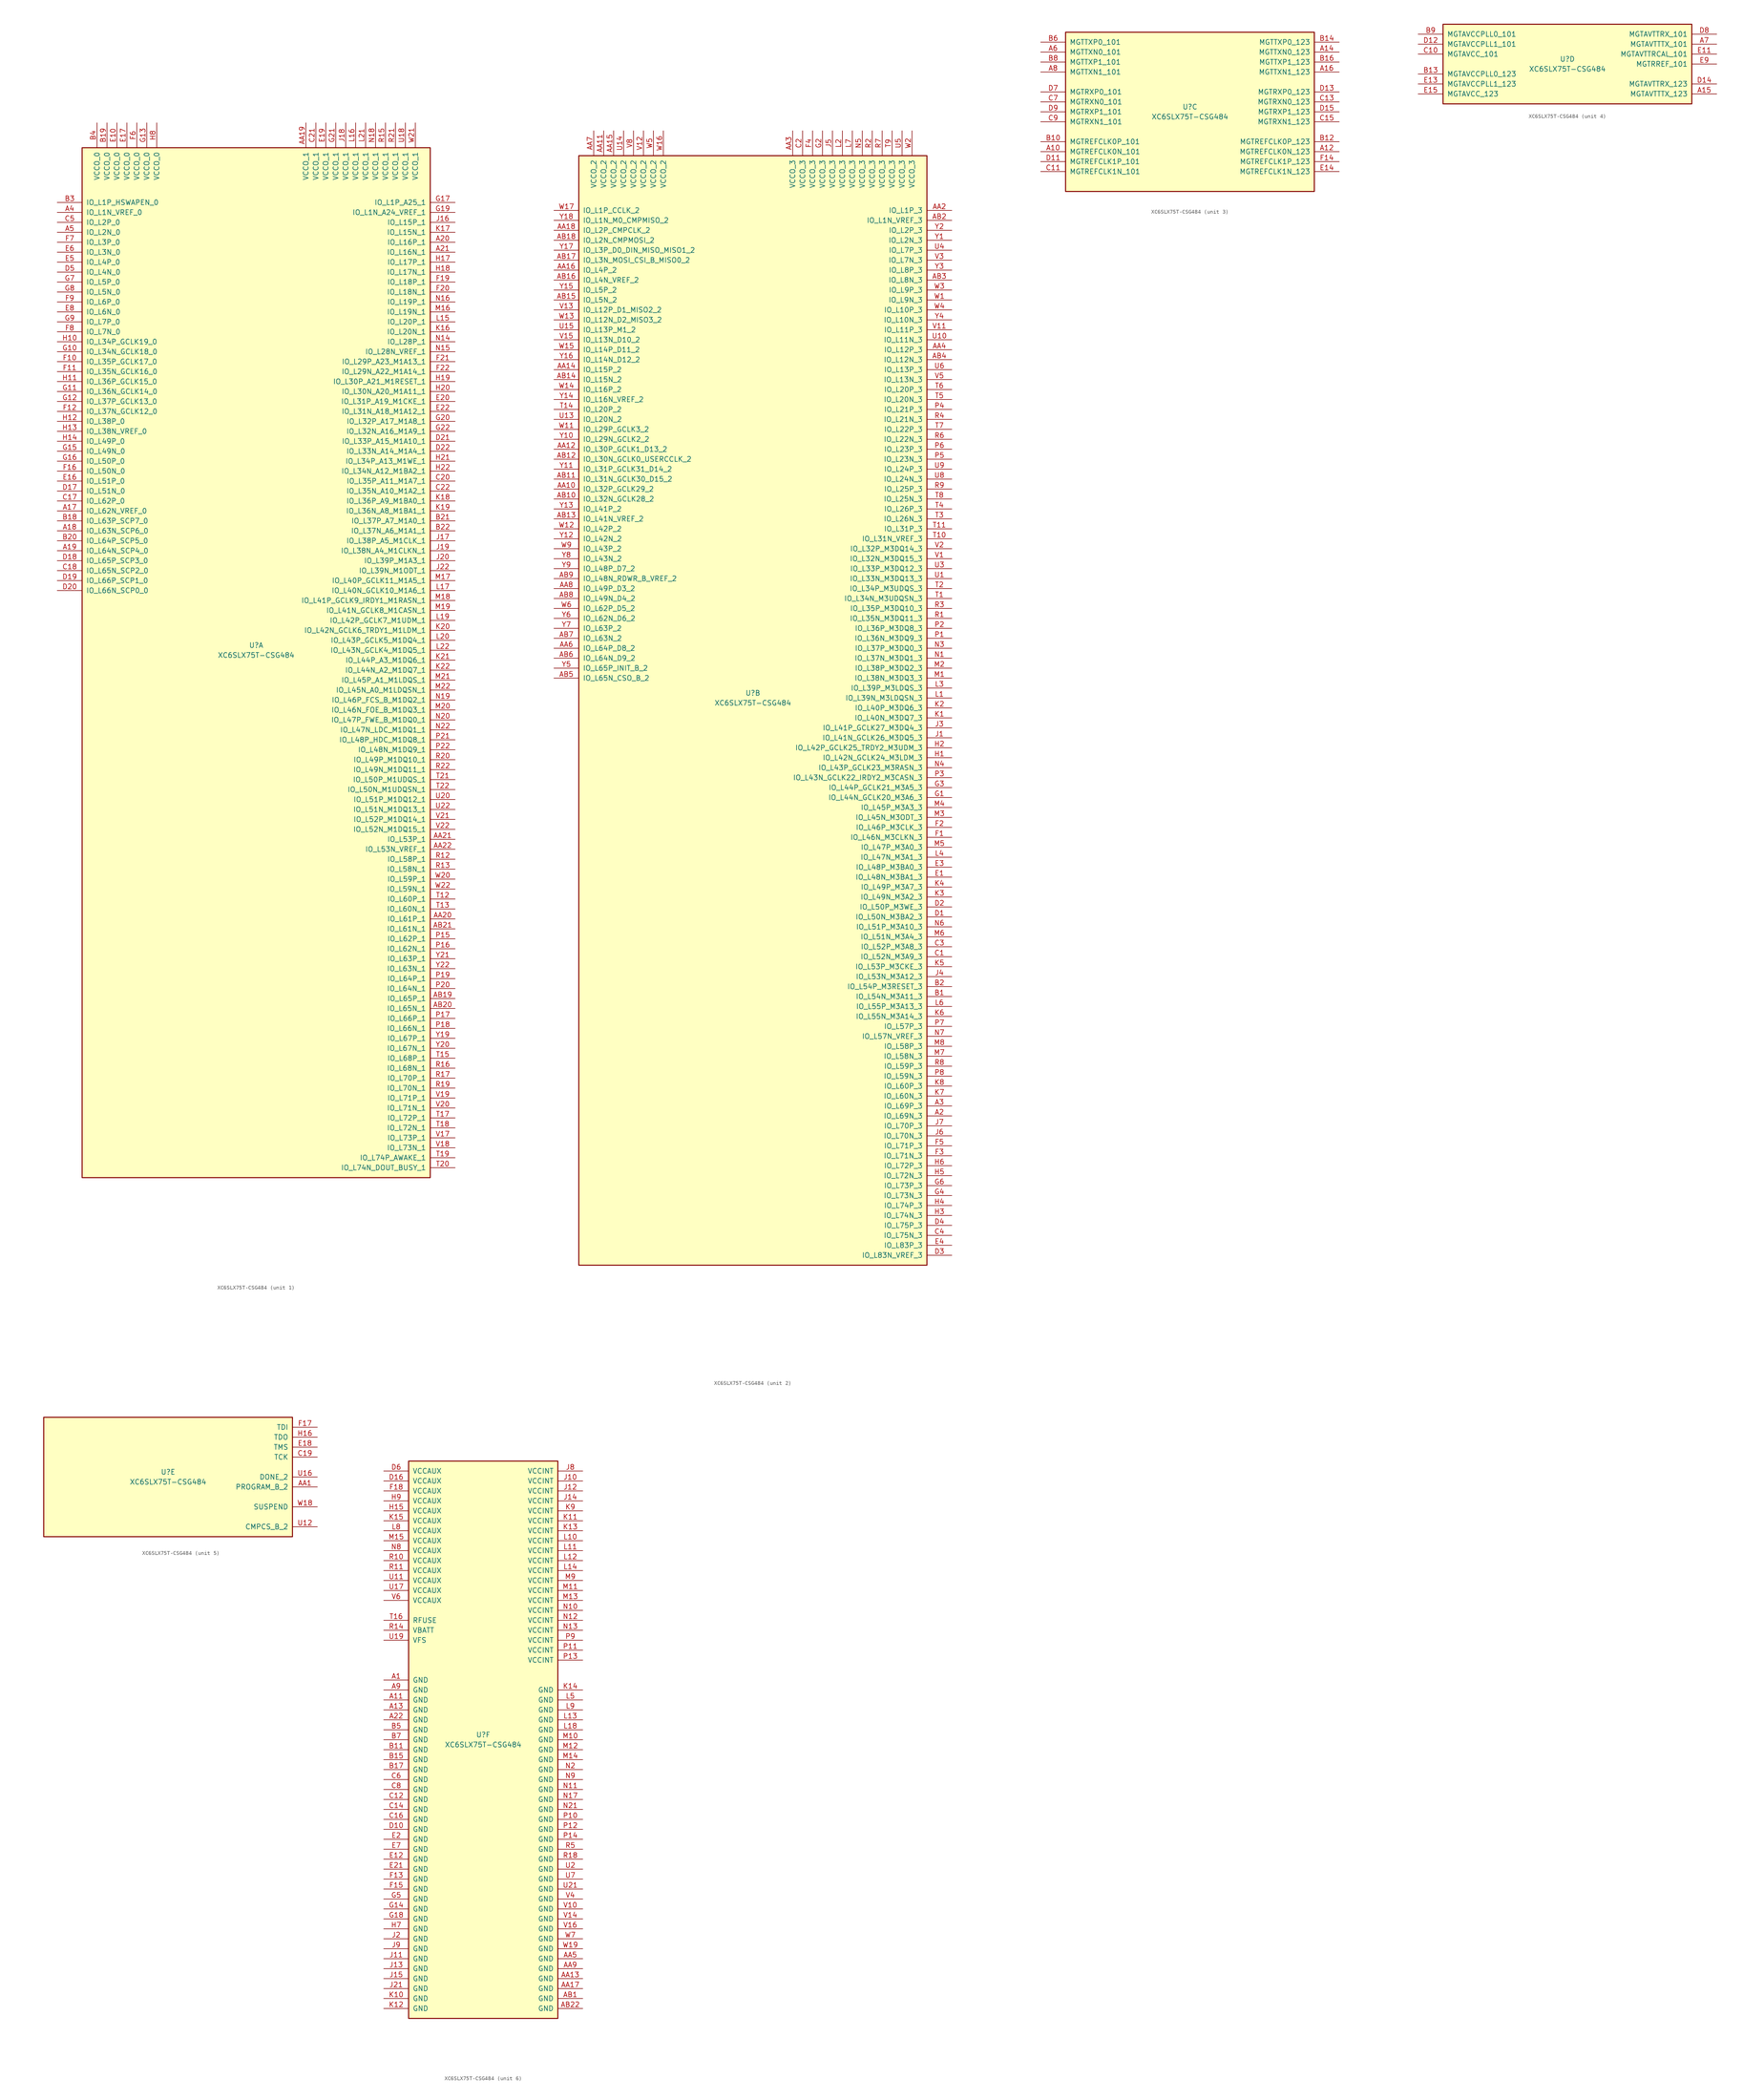
<source format=kicad_sym>
(kicad_symbol_lib
  (version 20201005)
  (generator kicad_symbol_editor)
  (symbol "XC6SLX75T-CSG484"
    (pin_names
      (offset 1.016))
    (property "Reference" "U"
      (at 0 1.27 0)
      (effects (font (size 1.27 1.27))))
    (property "Value" "XC6SLX75T-CSG484"
      (at 0 -1.27 0)
      (effects (font (size 1.27 1.27))))
    (property "Datasheet" ""
      (at 0 0 0)
      (effects (font (size 1.27 1.27))))
    (property "ki_locked" ""
      (at 0 0 0)
      (effects (font (size 1.27 1.27))))
    (symbol "XC6SLX75T-CSG484_1_1"
      (rectangle (start -44.45 128.27) (end 44.45 -134.62) (stroke (width 0.254)) (fill (type background)))
      (pin power_in line (at -40.64 134.62 270) (length 6.35) (name "VCCO_0" (effects (font (size 1.27 1.27)))) (number "B4" (effects (font (size 1.27 1.27)))))
      (pin power_in line (at -38.1 134.62 270) (length 6.35) (name "VCCO_0" (effects (font (size 1.27 1.27)))) (number "B19" (effects (font (size 1.27 1.27)))))
      (pin power_in line (at -35.56 134.62 270) (length 6.35) (name "VCCO_0" (effects (font (size 1.27 1.27)))) (number "E10" (effects (font (size 1.27 1.27)))))
      (pin power_in line (at -33.02 134.62 270) (length 6.35) (name "VCCO_0" (effects (font (size 1.27 1.27)))) (number "E17" (effects (font (size 1.27 1.27)))))
      (pin power_in line (at -30.48 134.62 270) (length 6.35) (name "VCCO_0" (effects (font (size 1.27 1.27)))) (number "F6" (effects (font (size 1.27 1.27)))))
      (pin power_in line (at -27.94 134.62 270) (length 6.35) (name "VCCO_0" (effects (font (size 1.27 1.27)))) (number "G13" (effects (font (size 1.27 1.27)))))
      (pin power_in line (at -25.4 134.62 270) (length 6.35) (name "VCCO_0" (effects (font (size 1.27 1.27)))) (number "H8" (effects (font (size 1.27 1.27)))))
      (pin bidirectional line (at -50.8 114.3 0) (length 6.35) (name "IO_L1P_HSWAPEN_0" (effects (font (size 1.27 1.27)))) (number "B3" (effects (font (size 1.27 1.27)))))
      (pin bidirectional line (at -50.8 111.76 0) (length 6.35) (name "IO_L1N_VREF_0" (effects (font (size 1.27 1.27)))) (number "A4" (effects (font (size 1.27 1.27)))))
      (pin bidirectional line (at -50.8 109.22 0) (length 6.35) (name "IO_L2P_0" (effects (font (size 1.27 1.27)))) (number "C5" (effects (font (size 1.27 1.27)))))
      (pin bidirectional line (at -50.8 106.68 0) (length 6.35) (name "IO_L2N_0" (effects (font (size 1.27 1.27)))) (number "A5" (effects (font (size 1.27 1.27)))))
      (pin bidirectional line (at -50.8 104.14 0) (length 6.35) (name "IO_L3P_0" (effects (font (size 1.27 1.27)))) (number "F7" (effects (font (size 1.27 1.27)))))
      (pin bidirectional line (at -50.8 101.6 0) (length 6.35) (name "IO_L3N_0" (effects (font (size 1.27 1.27)))) (number "E6" (effects (font (size 1.27 1.27)))))
      (pin bidirectional line (at -50.8 99.06 0) (length 6.35) (name "IO_L4P_0" (effects (font (size 1.27 1.27)))) (number "E5" (effects (font (size 1.27 1.27)))))
      (pin bidirectional line (at -50.8 96.52 0) (length 6.35) (name "IO_L4N_0" (effects (font (size 1.27 1.27)))) (number "D5" (effects (font (size 1.27 1.27)))))
      (pin bidirectional line (at -50.8 93.98 0) (length 6.35) (name "IO_L5P_0" (effects (font (size 1.27 1.27)))) (number "G7" (effects (font (size 1.27 1.27)))))
      (pin bidirectional line (at -50.8 91.44 0) (length 6.35) (name "IO_L5N_0" (effects (font (size 1.27 1.27)))) (number "G8" (effects (font (size 1.27 1.27)))))
      (pin bidirectional line (at -50.8 88.9 0) (length 6.35) (name "IO_L6P_0" (effects (font (size 1.27 1.27)))) (number "F9" (effects (font (size 1.27 1.27)))))
      (pin bidirectional line (at -50.8 86.36 0) (length 6.35) (name "IO_L6N_0" (effects (font (size 1.27 1.27)))) (number "E8" (effects (font (size 1.27 1.27)))))
      (pin bidirectional line (at -50.8 83.82 0) (length 6.35) (name "IO_L7P_0" (effects (font (size 1.27 1.27)))) (number "G9" (effects (font (size 1.27 1.27)))))
      (pin bidirectional line (at -50.8 81.28 0) (length 6.35) (name "IO_L7N_0" (effects (font (size 1.27 1.27)))) (number "F8" (effects (font (size 1.27 1.27)))))
      (pin bidirectional line (at -50.8 78.74 0) (length 6.35) (name "IO_L34P_GCLK19_0" (effects (font (size 1.27 1.27)))) (number "H10" (effects (font (size 1.27 1.27)))))
      (pin bidirectional line (at -50.8 76.2 0) (length 6.35) (name "IO_L34N_GCLK18_0" (effects (font (size 1.27 1.27)))) (number "G10" (effects (font (size 1.27 1.27)))))
      (pin bidirectional line (at -50.8 73.66 0) (length 6.35) (name "IO_L35P_GCLK17_0" (effects (font (size 1.27 1.27)))) (number "F10" (effects (font (size 1.27 1.27)))))
      (pin bidirectional line (at -50.8 71.12 0) (length 6.35) (name "IO_L35N_GCLK16_0" (effects (font (size 1.27 1.27)))) (number "F11" (effects (font (size 1.27 1.27)))))
      (pin bidirectional line (at -50.8 68.58 0) (length 6.35) (name "IO_L36P_GCLK15_0" (effects (font (size 1.27 1.27)))) (number "H11" (effects (font (size 1.27 1.27)))))
      (pin bidirectional line (at -50.8 66.04 0) (length 6.35) (name "IO_L36N_GCLK14_0" (effects (font (size 1.27 1.27)))) (number "G11" (effects (font (size 1.27 1.27)))))
      (pin bidirectional line (at -50.8 63.5 0) (length 6.35) (name "IO_L37P_GCLK13_0" (effects (font (size 1.27 1.27)))) (number "G12" (effects (font (size 1.27 1.27)))))
      (pin bidirectional line (at -50.8 60.96 0) (length 6.35) (name "IO_L37N_GCLK12_0" (effects (font (size 1.27 1.27)))) (number "F12" (effects (font (size 1.27 1.27)))))
      (pin bidirectional line (at -50.8 58.42 0) (length 6.35) (name "IO_L38P_0" (effects (font (size 1.27 1.27)))) (number "H12" (effects (font (size 1.27 1.27)))))
      (pin bidirectional line (at -50.8 55.88 0) (length 6.35) (name "IO_L38N_VREF_0" (effects (font (size 1.27 1.27)))) (number "H13" (effects (font (size 1.27 1.27)))))
      (pin bidirectional line (at -50.8 53.34 0) (length 6.35) (name "IO_L49P_0" (effects (font (size 1.27 1.27)))) (number "H14" (effects (font (size 1.27 1.27)))))
      (pin bidirectional line (at -50.8 50.8 0) (length 6.35) (name "IO_L49N_0" (effects (font (size 1.27 1.27)))) (number "G15" (effects (font (size 1.27 1.27)))))
      (pin bidirectional line (at -50.8 48.26 0) (length 6.35) (name "IO_L50P_0" (effects (font (size 1.27 1.27)))) (number "G16" (effects (font (size 1.27 1.27)))))
      (pin bidirectional line (at -50.8 45.72 0) (length 6.35) (name "IO_L50N_0" (effects (font (size 1.27 1.27)))) (number "F16" (effects (font (size 1.27 1.27)))))
      (pin bidirectional line (at -50.8 43.18 0) (length 6.35) (name "IO_L51P_0" (effects (font (size 1.27 1.27)))) (number "E16" (effects (font (size 1.27 1.27)))))
      (pin bidirectional line (at -50.8 40.64 0) (length 6.35) (name "IO_L51N_0" (effects (font (size 1.27 1.27)))) (number "D17" (effects (font (size 1.27 1.27)))))
      (pin bidirectional line (at -50.8 38.1 0) (length 6.35) (name "IO_L62P_0" (effects (font (size 1.27 1.27)))) (number "C17" (effects (font (size 1.27 1.27)))))
      (pin bidirectional line (at -50.8 35.56 0) (length 6.35) (name "IO_L62N_VREF_0" (effects (font (size 1.27 1.27)))) (number "A17" (effects (font (size 1.27 1.27)))))
      (pin bidirectional line (at -50.8 33.02 0) (length 6.35) (name "IO_L63P_SCP7_0" (effects (font (size 1.27 1.27)))) (number "B18" (effects (font (size 1.27 1.27)))))
      (pin bidirectional line (at -50.8 30.48 0) (length 6.35) (name "IO_L63N_SCP6_0" (effects (font (size 1.27 1.27)))) (number "A18" (effects (font (size 1.27 1.27)))))
      (pin bidirectional line (at -50.8 27.94 0) (length 6.35) (name "IO_L64P_SCP5_0" (effects (font (size 1.27 1.27)))) (number "B20" (effects (font (size 1.27 1.27)))))
      (pin bidirectional line (at -50.8 25.4 0) (length 6.35) (name "IO_L64N_SCP4_0" (effects (font (size 1.27 1.27)))) (number "A19" (effects (font (size 1.27 1.27)))))
      (pin bidirectional line (at -50.8 22.86 0) (length 6.35) (name "IO_L65P_SCP3_0" (effects (font (size 1.27 1.27)))) (number "D18" (effects (font (size 1.27 1.27)))))
      (pin bidirectional line (at -50.8 20.32 0) (length 6.35) (name "IO_L65N_SCP2_0" (effects (font (size 1.27 1.27)))) (number "C18" (effects (font (size 1.27 1.27)))))
      (pin bidirectional line (at -50.8 17.78 0) (length 6.35) (name "IO_L66P_SCP1_0" (effects (font (size 1.27 1.27)))) (number "D19" (effects (font (size 1.27 1.27)))))
      (pin bidirectional line (at -50.8 15.24 0) (length 6.35) (name "IO_L66N_SCP0_0" (effects (font (size 1.27 1.27)))) (number "D20" (effects (font (size 1.27 1.27)))))
      (pin power_in line (at 12.7 134.62 270) (length 6.35) (name "VCCO_1" (effects (font (size 1.27 1.27)))) (number "AA19" (effects (font (size 1.27 1.27)))))
      (pin power_in line (at 15.24 134.62 270) (length 6.35) (name "VCCO_1" (effects (font (size 1.27 1.27)))) (number "C21" (effects (font (size 1.27 1.27)))))
      (pin power_in line (at 17.78 134.62 270) (length 6.35) (name "VCCO_1" (effects (font (size 1.27 1.27)))) (number "E19" (effects (font (size 1.27 1.27)))))
      (pin power_in line (at 20.32 134.62 270) (length 6.35) (name "VCCO_1" (effects (font (size 1.27 1.27)))) (number "G21" (effects (font (size 1.27 1.27)))))
      (pin power_in line (at 22.86 134.62 270) (length 6.35) (name "VCCO_1" (effects (font (size 1.27 1.27)))) (number "J18" (effects (font (size 1.27 1.27)))))
      (pin power_in line (at 25.4 134.62 270) (length 6.35) (name "VCCO_1" (effects (font (size 1.27 1.27)))) (number "L16" (effects (font (size 1.27 1.27)))))
      (pin power_in line (at 27.94 134.62 270) (length 6.35) (name "VCCO_1" (effects (font (size 1.27 1.27)))) (number "L21" (effects (font (size 1.27 1.27)))))
      (pin power_in line (at 30.48 134.62 270) (length 6.35) (name "VCCO_1" (effects (font (size 1.27 1.27)))) (number "N18" (effects (font (size 1.27 1.27)))))
      (pin power_in line (at 33.02 134.62 270) (length 6.35) (name "VCCO_1" (effects (font (size 1.27 1.27)))) (number "R15" (effects (font (size 1.27 1.27)))))
      (pin power_in line (at 35.56 134.62 270) (length 6.35) (name "VCCO_1" (effects (font (size 1.27 1.27)))) (number "R21" (effects (font (size 1.27 1.27)))))
      (pin power_in line (at 38.1 134.62 270) (length 6.35) (name "VCCO_1" (effects (font (size 1.27 1.27)))) (number "U18" (effects (font (size 1.27 1.27)))))
      (pin power_in line (at 40.64 134.62 270) (length 6.35) (name "VCCO_1" (effects (font (size 1.27 1.27)))) (number "W21" (effects (font (size 1.27 1.27)))))
      (pin bidirectional line (at 50.8 114.3 180) (length 6.35) (name "IO_L1P_A25_1" (effects (font (size 1.27 1.27)))) (number "G17" (effects (font (size 1.27 1.27)))))
      (pin bidirectional line (at 50.8 111.76 180) (length 6.35) (name "IO_L1N_A24_VREF_1" (effects (font (size 1.27 1.27)))) (number "G19" (effects (font (size 1.27 1.27)))))
      (pin bidirectional line (at 50.8 109.22 180) (length 6.35) (name "IO_L15P_1" (effects (font (size 1.27 1.27)))) (number "J16" (effects (font (size 1.27 1.27)))))
      (pin bidirectional line (at 50.8 106.68 180) (length 6.35) (name "IO_L15N_1" (effects (font (size 1.27 1.27)))) (number "K17" (effects (font (size 1.27 1.27)))))
      (pin bidirectional line (at 50.8 104.14 180) (length 6.35) (name "IO_L16P_1" (effects (font (size 1.27 1.27)))) (number "A20" (effects (font (size 1.27 1.27)))))
      (pin bidirectional line (at 50.8 101.6 180) (length 6.35) (name "IO_L16N_1" (effects (font (size 1.27 1.27)))) (number "A21" (effects (font (size 1.27 1.27)))))
      (pin bidirectional line (at 50.8 99.06 180) (length 6.35) (name "IO_L17P_1" (effects (font (size 1.27 1.27)))) (number "H17" (effects (font (size 1.27 1.27)))))
      (pin bidirectional line (at 50.8 96.52 180) (length 6.35) (name "IO_L17N_1" (effects (font (size 1.27 1.27)))) (number "H18" (effects (font (size 1.27 1.27)))))
      (pin bidirectional line (at 50.8 93.98 180) (length 6.35) (name "IO_L18P_1" (effects (font (size 1.27 1.27)))) (number "F19" (effects (font (size 1.27 1.27)))))
      (pin bidirectional line (at 50.8 91.44 180) (length 6.35) (name "IO_L18N_1" (effects (font (size 1.27 1.27)))) (number "F20" (effects (font (size 1.27 1.27)))))
      (pin bidirectional line (at 50.8 88.9 180) (length 6.35) (name "IO_L19P_1" (effects (font (size 1.27 1.27)))) (number "N16" (effects (font (size 1.27 1.27)))))
      (pin bidirectional line (at 50.8 86.36 180) (length 6.35) (name "IO_L19N_1" (effects (font (size 1.27 1.27)))) (number "M16" (effects (font (size 1.27 1.27)))))
      (pin bidirectional line (at 50.8 83.82 180) (length 6.35) (name "IO_L20P_1" (effects (font (size 1.27 1.27)))) (number "L15" (effects (font (size 1.27 1.27)))))
      (pin bidirectional line (at 50.8 81.28 180) (length 6.35) (name "IO_L20N_1" (effects (font (size 1.27 1.27)))) (number "K16" (effects (font (size 1.27 1.27)))))
      (pin bidirectional line (at 50.8 78.74 180) (length 6.35) (name "IO_L28P_1" (effects (font (size 1.27 1.27)))) (number "N14" (effects (font (size 1.27 1.27)))))
      (pin bidirectional line (at 50.8 76.2 180) (length 6.35) (name "IO_L28N_VREF_1" (effects (font (size 1.27 1.27)))) (number "N15" (effects (font (size 1.27 1.27)))))
      (pin bidirectional line (at 50.8 73.66 180) (length 6.35) (name "IO_L29P_A23_M1A13_1" (effects (font (size 1.27 1.27)))) (number "F21" (effects (font (size 1.27 1.27)))))
      (pin bidirectional line (at 50.8 71.12 180) (length 6.35) (name "IO_L29N_A22_M1A14_1" (effects (font (size 1.27 1.27)))) (number "F22" (effects (font (size 1.27 1.27)))))
      (pin bidirectional line (at 50.8 68.58 180) (length 6.35) (name "IO_L30P_A21_M1RESET_1" (effects (font (size 1.27 1.27)))) (number "H19" (effects (font (size 1.27 1.27)))))
      (pin bidirectional line (at 50.8 66.04 180) (length 6.35) (name "IO_L30N_A20_M1A11_1" (effects (font (size 1.27 1.27)))) (number "H20" (effects (font (size 1.27 1.27)))))
      (pin bidirectional line (at 50.8 63.5 180) (length 6.35) (name "IO_L31P_A19_M1CKE_1" (effects (font (size 1.27 1.27)))) (number "E20" (effects (font (size 1.27 1.27)))))
      (pin bidirectional line (at 50.8 60.96 180) (length 6.35) (name "IO_L31N_A18_M1A12_1" (effects (font (size 1.27 1.27)))) (number "E22" (effects (font (size 1.27 1.27)))))
      (pin bidirectional line (at 50.8 58.42 180) (length 6.35) (name "IO_L32P_A17_M1A8_1" (effects (font (size 1.27 1.27)))) (number "G20" (effects (font (size 1.27 1.27)))))
      (pin bidirectional line (at 50.8 55.88 180) (length 6.35) (name "IO_L32N_A16_M1A9_1" (effects (font (size 1.27 1.27)))) (number "G22" (effects (font (size 1.27 1.27)))))
      (pin bidirectional line (at 50.8 53.34 180) (length 6.35) (name "IO_L33P_A15_M1A10_1" (effects (font (size 1.27 1.27)))) (number "D21" (effects (font (size 1.27 1.27)))))
      (pin bidirectional line (at 50.8 50.8 180) (length 6.35) (name "IO_L33N_A14_M1A4_1" (effects (font (size 1.27 1.27)))) (number "D22" (effects (font (size 1.27 1.27)))))
      (pin bidirectional line (at 50.8 48.26 180) (length 6.35) (name "IO_L34P_A13_M1WE_1" (effects (font (size 1.27 1.27)))) (number "H21" (effects (font (size 1.27 1.27)))))
      (pin bidirectional line (at 50.8 45.72 180) (length 6.35) (name "IO_L34N_A12_M1BA2_1" (effects (font (size 1.27 1.27)))) (number "H22" (effects (font (size 1.27 1.27)))))
      (pin bidirectional line (at 50.8 43.18 180) (length 6.35) (name "IO_L35P_A11_M1A7_1" (effects (font (size 1.27 1.27)))) (number "C20" (effects (font (size 1.27 1.27)))))
      (pin bidirectional line (at 50.8 40.64 180) (length 6.35) (name "IO_L35N_A10_M1A2_1" (effects (font (size 1.27 1.27)))) (number "C22" (effects (font (size 1.27 1.27)))))
      (pin bidirectional line (at 50.8 38.1 180) (length 6.35) (name "IO_L36P_A9_M1BA0_1" (effects (font (size 1.27 1.27)))) (number "K18" (effects (font (size 1.27 1.27)))))
      (pin bidirectional line (at 50.8 35.56 180) (length 6.35) (name "IO_L36N_A8_M1BA1_1" (effects (font (size 1.27 1.27)))) (number "K19" (effects (font (size 1.27 1.27)))))
      (pin bidirectional line (at 50.8 33.02 180) (length 6.35) (name "IO_L37P_A7_M1A0_1" (effects (font (size 1.27 1.27)))) (number "B21" (effects (font (size 1.27 1.27)))))
      (pin bidirectional line (at 50.8 30.48 180) (length 6.35) (name "IO_L37N_A6_M1A1_1" (effects (font (size 1.27 1.27)))) (number "B22" (effects (font (size 1.27 1.27)))))
      (pin bidirectional line (at 50.8 27.94 180) (length 6.35) (name "IO_L38P_A5_M1CLK_1" (effects (font (size 1.27 1.27)))) (number "J17" (effects (font (size 1.27 1.27)))))
      (pin bidirectional line (at 50.8 25.4 180) (length 6.35) (name "IO_L38N_A4_M1CLKN_1" (effects (font (size 1.27 1.27)))) (number "J19" (effects (font (size 1.27 1.27)))))
      (pin bidirectional line (at 50.8 22.86 180) (length 6.35) (name "IO_L39P_M1A3_1" (effects (font (size 1.27 1.27)))) (number "J20" (effects (font (size 1.27 1.27)))))
      (pin bidirectional line (at 50.8 20.32 180) (length 6.35) (name "IO_L39N_M1ODT_1" (effects (font (size 1.27 1.27)))) (number "J22" (effects (font (size 1.27 1.27)))))
      (pin bidirectional line (at 50.8 17.78 180) (length 6.35) (name "IO_L40P_GCLK11_M1A5_1" (effects (font (size 1.27 1.27)))) (number "M17" (effects (font (size 1.27 1.27)))))
      (pin bidirectional line (at 50.8 15.24 180) (length 6.35) (name "IO_L40N_GCLK10_M1A6_1" (effects (font (size 1.27 1.27)))) (number "L17" (effects (font (size 1.27 1.27)))))
      (pin bidirectional line (at 50.8 12.7 180) (length 6.35) (name "IO_L41P_GCLK9_IRDY1_M1RASN_1" (effects (font (size 1.27 1.27)))) (number "M18" (effects (font (size 1.27 1.27)))))
      (pin bidirectional line (at 50.8 10.16 180) (length 6.35) (name "IO_L41N_GCLK8_M1CASN_1" (effects (font (size 1.27 1.27)))) (number "M19" (effects (font (size 1.27 1.27)))))
      (pin bidirectional line (at 50.8 7.62 180) (length 6.35) (name "IO_L42P_GCLK7_M1UDM_1" (effects (font (size 1.27 1.27)))) (number "L19" (effects (font (size 1.27 1.27)))))
      (pin bidirectional line (at 50.8 5.08 180) (length 6.35) (name "IO_L42N_GCLK6_TRDY1_M1LDM_1" (effects (font (size 1.27 1.27)))) (number "K20" (effects (font (size 1.27 1.27)))))
      (pin bidirectional line (at 50.8 2.54 180) (length 6.35) (name "IO_L43P_GCLK5_M1DQ4_1" (effects (font (size 1.27 1.27)))) (number "L20" (effects (font (size 1.27 1.27)))))
      (pin bidirectional line (at 50.8 0 180) (length 6.35) (name "IO_L43N_GCLK4_M1DQ5_1" (effects (font (size 1.27 1.27)))) (number "L22" (effects (font (size 1.27 1.27)))))
      (pin bidirectional line (at 50.8 -2.54 180) (length 6.35) (name "IO_L44P_A3_M1DQ6_1" (effects (font (size 1.27 1.27)))) (number "K21" (effects (font (size 1.27 1.27)))))
      (pin bidirectional line (at 50.8 -5.08 180) (length 6.35) (name "IO_L44N_A2_M1DQ7_1" (effects (font (size 1.27 1.27)))) (number "K22" (effects (font (size 1.27 1.27)))))
      (pin bidirectional line (at 50.8 -7.62 180) (length 6.35) (name "IO_L45P_A1_M1LDQS_1" (effects (font (size 1.27 1.27)))) (number "M21" (effects (font (size 1.27 1.27)))))
      (pin bidirectional line (at 50.8 -10.16 180) (length 6.35) (name "IO_L45N_A0_M1LDQSN_1" (effects (font (size 1.27 1.27)))) (number "M22" (effects (font (size 1.27 1.27)))))
      (pin bidirectional line (at 50.8 -12.7 180) (length 6.35) (name "IO_L46P_FCS_B_M1DQ2_1" (effects (font (size 1.27 1.27)))) (number "N19" (effects (font (size 1.27 1.27)))))
      (pin bidirectional line (at 50.8 -15.24 180) (length 6.35) (name "IO_L46N_FOE_B_M1DQ3_1" (effects (font (size 1.27 1.27)))) (number "M20" (effects (font (size 1.27 1.27)))))
      (pin bidirectional line (at 50.8 -17.78 180) (length 6.35) (name "IO_L47P_FWE_B_M1DQ0_1" (effects (font (size 1.27 1.27)))) (number "N20" (effects (font (size 1.27 1.27)))))
      (pin bidirectional line (at 50.8 -20.32 180) (length 6.35) (name "IO_L47N_LDC_M1DQ1_1" (effects (font (size 1.27 1.27)))) (number "N22" (effects (font (size 1.27 1.27)))))
      (pin bidirectional line (at 50.8 -22.86 180) (length 6.35) (name "IO_L48P_HDC_M1DQ8_1" (effects (font (size 1.27 1.27)))) (number "P21" (effects (font (size 1.27 1.27)))))
      (pin bidirectional line (at 50.8 -25.4 180) (length 6.35) (name "IO_L48N_M1DQ9_1" (effects (font (size 1.27 1.27)))) (number "P22" (effects (font (size 1.27 1.27)))))
      (pin bidirectional line (at 50.8 -27.94 180) (length 6.35) (name "IO_L49P_M1DQ10_1" (effects (font (size 1.27 1.27)))) (number "R20" (effects (font (size 1.27 1.27)))))
      (pin bidirectional line (at 50.8 -30.48 180) (length 6.35) (name "IO_L49N_M1DQ11_1" (effects (font (size 1.27 1.27)))) (number "R22" (effects (font (size 1.27 1.27)))))
      (pin bidirectional line (at 50.8 -33.02 180) (length 6.35) (name "IO_L50P_M1UDQS_1" (effects (font (size 1.27 1.27)))) (number "T21" (effects (font (size 1.27 1.27)))))
      (pin bidirectional line (at 50.8 -35.56 180) (length 6.35) (name "IO_L50N_M1UDQSN_1" (effects (font (size 1.27 1.27)))) (number "T22" (effects (font (size 1.27 1.27)))))
      (pin bidirectional line (at 50.8 -38.1 180) (length 6.35) (name "IO_L51P_M1DQ12_1" (effects (font (size 1.27 1.27)))) (number "U20" (effects (font (size 1.27 1.27)))))
      (pin bidirectional line (at 50.8 -40.64 180) (length 6.35) (name "IO_L51N_M1DQ13_1" (effects (font (size 1.27 1.27)))) (number "U22" (effects (font (size 1.27 1.27)))))
      (pin bidirectional line (at 50.8 -43.18 180) (length 6.35) (name "IO_L52P_M1DQ14_1" (effects (font (size 1.27 1.27)))) (number "V21" (effects (font (size 1.27 1.27)))))
      (pin bidirectional line (at 50.8 -45.72 180) (length 6.35) (name "IO_L52N_M1DQ15_1" (effects (font (size 1.27 1.27)))) (number "V22" (effects (font (size 1.27 1.27)))))
      (pin bidirectional line (at 50.8 -48.26 180) (length 6.35) (name "IO_L53P_1" (effects (font (size 1.27 1.27)))) (number "AA21" (effects (font (size 1.27 1.27)))))
      (pin bidirectional line (at 50.8 -50.8 180) (length 6.35) (name "IO_L53N_VREF_1" (effects (font (size 1.27 1.27)))) (number "AA22" (effects (font (size 1.27 1.27)))))
      (pin bidirectional line (at 50.8 -53.34 180) (length 6.35) (name "IO_L58P_1" (effects (font (size 1.27 1.27)))) (number "R12" (effects (font (size 1.27 1.27)))))
      (pin bidirectional line (at 50.8 -55.88 180) (length 6.35) (name "IO_L58N_1" (effects (font (size 1.27 1.27)))) (number "R13" (effects (font (size 1.27 1.27)))))
      (pin bidirectional line (at 50.8 -58.42 180) (length 6.35) (name "IO_L59P_1" (effects (font (size 1.27 1.27)))) (number "W20" (effects (font (size 1.27 1.27)))))
      (pin bidirectional line (at 50.8 -60.96 180) (length 6.35) (name "IO_L59N_1" (effects (font (size 1.27 1.27)))) (number "W22" (effects (font (size 1.27 1.27)))))
      (pin bidirectional line (at 50.8 -63.5 180) (length 6.35) (name "IO_L60P_1" (effects (font (size 1.27 1.27)))) (number "T12" (effects (font (size 1.27 1.27)))))
      (pin bidirectional line (at 50.8 -66.04 180) (length 6.35) (name "IO_L60N_1" (effects (font (size 1.27 1.27)))) (number "T13" (effects (font (size 1.27 1.27)))))
      (pin bidirectional line (at 50.8 -68.58 180) (length 6.35) (name "IO_L61P_1" (effects (font (size 1.27 1.27)))) (number "AA20" (effects (font (size 1.27 1.27)))))
      (pin bidirectional line (at 50.8 -71.12 180) (length 6.35) (name "IO_L61N_1" (effects (font (size 1.27 1.27)))) (number "AB21" (effects (font (size 1.27 1.27)))))
      (pin bidirectional line (at 50.8 -73.66 180) (length 6.35) (name "IO_L62P_1" (effects (font (size 1.27 1.27)))) (number "P15" (effects (font (size 1.27 1.27)))))
      (pin bidirectional line (at 50.8 -76.2 180) (length 6.35) (name "IO_L62N_1" (effects (font (size 1.27 1.27)))) (number "P16" (effects (font (size 1.27 1.27)))))
      (pin bidirectional line (at 50.8 -78.74 180) (length 6.35) (name "IO_L63P_1" (effects (font (size 1.27 1.27)))) (number "Y21" (effects (font (size 1.27 1.27)))))
      (pin bidirectional line (at 50.8 -81.28 180) (length 6.35) (name "IO_L63N_1" (effects (font (size 1.27 1.27)))) (number "Y22" (effects (font (size 1.27 1.27)))))
      (pin bidirectional line (at 50.8 -83.82 180) (length 6.35) (name "IO_L64P_1" (effects (font (size 1.27 1.27)))) (number "P19" (effects (font (size 1.27 1.27)))))
      (pin bidirectional line (at 50.8 -86.36 180) (length 6.35) (name "IO_L64N_1" (effects (font (size 1.27 1.27)))) (number "P20" (effects (font (size 1.27 1.27)))))
      (pin bidirectional line (at 50.8 -88.9 180) (length 6.35) (name "IO_L65P_1" (effects (font (size 1.27 1.27)))) (number "AB19" (effects (font (size 1.27 1.27)))))
      (pin bidirectional line (at 50.8 -91.44 180) (length 6.35) (name "IO_L65N_1" (effects (font (size 1.27 1.27)))) (number "AB20" (effects (font (size 1.27 1.27)))))
      (pin bidirectional line (at 50.8 -93.98 180) (length 6.35) (name "IO_L66P_1" (effects (font (size 1.27 1.27)))) (number "P17" (effects (font (size 1.27 1.27)))))
      (pin bidirectional line (at 50.8 -96.52 180) (length 6.35) (name "IO_L66N_1" (effects (font (size 1.27 1.27)))) (number "P18" (effects (font (size 1.27 1.27)))))
      (pin bidirectional line (at 50.8 -99.06 180) (length 6.35) (name "IO_L67P_1" (effects (font (size 1.27 1.27)))) (number "Y19" (effects (font (size 1.27 1.27)))))
      (pin bidirectional line (at 50.8 -101.6 180) (length 6.35) (name "IO_L67N_1" (effects (font (size 1.27 1.27)))) (number "Y20" (effects (font (size 1.27 1.27)))))
      (pin bidirectional line (at 50.8 -104.14 180) (length 6.35) (name "IO_L68P_1" (effects (font (size 1.27 1.27)))) (number "T15" (effects (font (size 1.27 1.27)))))
      (pin bidirectional line (at 50.8 -106.68 180) (length 6.35) (name "IO_L68N_1" (effects (font (size 1.27 1.27)))) (number "R16" (effects (font (size 1.27 1.27)))))
      (pin bidirectional line (at 50.8 -109.22 180) (length 6.35) (name "IO_L70P_1" (effects (font (size 1.27 1.27)))) (number "R17" (effects (font (size 1.27 1.27)))))
      (pin bidirectional line (at 50.8 -111.76 180) (length 6.35) (name "IO_L70N_1" (effects (font (size 1.27 1.27)))) (number "R19" (effects (font (size 1.27 1.27)))))
      (pin bidirectional line (at 50.8 -114.3 180) (length 6.35) (name "IO_L71P_1" (effects (font (size 1.27 1.27)))) (number "V19" (effects (font (size 1.27 1.27)))))
      (pin bidirectional line (at 50.8 -116.84 180) (length 6.35) (name "IO_L71N_1" (effects (font (size 1.27 1.27)))) (number "V20" (effects (font (size 1.27 1.27)))))
      (pin bidirectional line (at 50.8 -119.38 180) (length 6.35) (name "IO_L72P_1" (effects (font (size 1.27 1.27)))) (number "T17" (effects (font (size 1.27 1.27)))))
      (pin bidirectional line (at 50.8 -121.92 180) (length 6.35) (name "IO_L72N_1" (effects (font (size 1.27 1.27)))) (number "T18" (effects (font (size 1.27 1.27)))))
      (pin bidirectional line (at 50.8 -124.46 180) (length 6.35) (name "IO_L73P_1" (effects (font (size 1.27 1.27)))) (number "V17" (effects (font (size 1.27 1.27)))))
      (pin bidirectional line (at 50.8 -127 180) (length 6.35) (name "IO_L73N_1" (effects (font (size 1.27 1.27)))) (number "V18" (effects (font (size 1.27 1.27)))))
      (pin bidirectional line (at 50.8 -129.54 180) (length 6.35) (name "IO_L74P_AWAKE_1" (effects (font (size 1.27 1.27)))) (number "T19" (effects (font (size 1.27 1.27)))))
      (pin bidirectional line (at 50.8 -132.08 180) (length 6.35) (name "IO_L74N_DOUT_BUSY_1" (effects (font (size 1.27 1.27)))) (number "T20" (effects (font (size 1.27 1.27))))))
    (symbol "XC6SLX75T-CSG484_2_1"
      (rectangle (start -44.45 138.43) (end 44.45 -144.78) (stroke (width 0.254)) (fill (type background)))
      (pin power_in line (at -40.64 144.78 270) (length 6.35) (name "VCCO_2" (effects (font (size 1.27 1.27)))) (number "AA7" (effects (font (size 1.27 1.27)))))
      (pin power_in line (at -38.1 144.78 270) (length 6.35) (name "VCCO_2" (effects (font (size 1.27 1.27)))) (number "AA11" (effects (font (size 1.27 1.27)))))
      (pin power_in line (at -35.56 144.78 270) (length 6.35) (name "VCCO_2" (effects (font (size 1.27 1.27)))) (number "AA15" (effects (font (size 1.27 1.27)))))
      (pin power_in line (at -33.02 144.78 270) (length 6.35) (name "VCCO_2" (effects (font (size 1.27 1.27)))) (number "U14" (effects (font (size 1.27 1.27)))))
      (pin power_in line (at -30.48 144.78 270) (length 6.35) (name "VCCO_2" (effects (font (size 1.27 1.27)))) (number "V8" (effects (font (size 1.27 1.27)))))
      (pin power_in line (at -27.94 144.78 270) (length 6.35) (name "VCCO_2" (effects (font (size 1.27 1.27)))) (number "V12" (effects (font (size 1.27 1.27)))))
      (pin power_in line (at -25.4 144.78 270) (length 6.35) (name "VCCO_2" (effects (font (size 1.27 1.27)))) (number "W5" (effects (font (size 1.27 1.27)))))
      (pin power_in line (at -22.86 144.78 270) (length 6.35) (name "VCCO_2" (effects (font (size 1.27 1.27)))) (number "W16" (effects (font (size 1.27 1.27)))))
      (pin bidirectional line (at -50.8 124.46 0) (length 6.35) (name "IO_L1P_CCLK_2" (effects (font (size 1.27 1.27)))) (number "W17" (effects (font (size 1.27 1.27)))))
      (pin bidirectional line (at -50.8 121.92 0) (length 6.35) (name "IO_L1N_M0_CMPMISO_2" (effects (font (size 1.27 1.27)))) (number "Y18" (effects (font (size 1.27 1.27)))))
      (pin bidirectional line (at -50.8 119.38 0) (length 6.35) (name "IO_L2P_CMPCLK_2" (effects (font (size 1.27 1.27)))) (number "AA18" (effects (font (size 1.27 1.27)))))
      (pin bidirectional line (at -50.8 116.84 0) (length 6.35) (name "IO_L2N_CMPMOSI_2" (effects (font (size 1.27 1.27)))) (number "AB18" (effects (font (size 1.27 1.27)))))
      (pin bidirectional line (at -50.8 114.3 0) (length 6.35) (name "IO_L3P_D0_DIN_MISO_MISO1_2" (effects (font (size 1.27 1.27)))) (number "Y17" (effects (font (size 1.27 1.27)))))
      (pin bidirectional line (at -50.8 111.76 0) (length 6.35) (name "IO_L3N_MOSI_CSI_B_MISO0_2" (effects (font (size 1.27 1.27)))) (number "AB17" (effects (font (size 1.27 1.27)))))
      (pin bidirectional line (at -50.8 109.22 0) (length 6.35) (name "IO_L4P_2" (effects (font (size 1.27 1.27)))) (number "AA16" (effects (font (size 1.27 1.27)))))
      (pin bidirectional line (at -50.8 106.68 0) (length 6.35) (name "IO_L4N_VREF_2" (effects (font (size 1.27 1.27)))) (number "AB16" (effects (font (size 1.27 1.27)))))
      (pin bidirectional line (at -50.8 104.14 0) (length 6.35) (name "IO_L5P_2" (effects (font (size 1.27 1.27)))) (number "Y15" (effects (font (size 1.27 1.27)))))
      (pin bidirectional line (at -50.8 101.6 0) (length 6.35) (name "IO_L5N_2" (effects (font (size 1.27 1.27)))) (number "AB15" (effects (font (size 1.27 1.27)))))
      (pin bidirectional line (at -50.8 99.06 0) (length 6.35) (name "IO_L12P_D1_MISO2_2" (effects (font (size 1.27 1.27)))) (number "V13" (effects (font (size 1.27 1.27)))))
      (pin bidirectional line (at -50.8 96.52 0) (length 6.35) (name "IO_L12N_D2_MISO3_2" (effects (font (size 1.27 1.27)))) (number "W13" (effects (font (size 1.27 1.27)))))
      (pin bidirectional line (at -50.8 93.98 0) (length 6.35) (name "IO_L13P_M1_2" (effects (font (size 1.27 1.27)))) (number "U15" (effects (font (size 1.27 1.27)))))
      (pin bidirectional line (at -50.8 91.44 0) (length 6.35) (name "IO_L13N_D10_2" (effects (font (size 1.27 1.27)))) (number "V15" (effects (font (size 1.27 1.27)))))
      (pin bidirectional line (at -50.8 88.9 0) (length 6.35) (name "IO_L14P_D11_2" (effects (font (size 1.27 1.27)))) (number "W15" (effects (font (size 1.27 1.27)))))
      (pin bidirectional line (at -50.8 86.36 0) (length 6.35) (name "IO_L14N_D12_2" (effects (font (size 1.27 1.27)))) (number "Y16" (effects (font (size 1.27 1.27)))))
      (pin bidirectional line (at -50.8 83.82 0) (length 6.35) (name "IO_L15P_2" (effects (font (size 1.27 1.27)))) (number "AA14" (effects (font (size 1.27 1.27)))))
      (pin bidirectional line (at -50.8 81.28 0) (length 6.35) (name "IO_L15N_2" (effects (font (size 1.27 1.27)))) (number "AB14" (effects (font (size 1.27 1.27)))))
      (pin bidirectional line (at -50.8 78.74 0) (length 6.35) (name "IO_L16P_2" (effects (font (size 1.27 1.27)))) (number "W14" (effects (font (size 1.27 1.27)))))
      (pin bidirectional line (at -50.8 76.2 0) (length 6.35) (name "IO_L16N_VREF_2" (effects (font (size 1.27 1.27)))) (number "Y14" (effects (font (size 1.27 1.27)))))
      (pin bidirectional line (at -50.8 73.66 0) (length 6.35) (name "IO_L20P_2" (effects (font (size 1.27 1.27)))) (number "T14" (effects (font (size 1.27 1.27)))))
      (pin bidirectional line (at -50.8 71.12 0) (length 6.35) (name "IO_L20N_2" (effects (font (size 1.27 1.27)))) (number "U13" (effects (font (size 1.27 1.27)))))
      (pin bidirectional line (at -50.8 68.58 0) (length 6.35) (name "IO_L29P_GCLK3_2" (effects (font (size 1.27 1.27)))) (number "W11" (effects (font (size 1.27 1.27)))))
      (pin bidirectional line (at -50.8 66.04 0) (length 6.35) (name "IO_L29N_GCLK2_2" (effects (font (size 1.27 1.27)))) (number "Y10" (effects (font (size 1.27 1.27)))))
      (pin bidirectional line (at -50.8 63.5 0) (length 6.35) (name "IO_L30P_GCLK1_D13_2" (effects (font (size 1.27 1.27)))) (number "AA12" (effects (font (size 1.27 1.27)))))
      (pin bidirectional line (at -50.8 60.96 0) (length 6.35) (name "IO_L30N_GCLK0_USERCCLK_2" (effects (font (size 1.27 1.27)))) (number "AB12" (effects (font (size 1.27 1.27)))))
      (pin bidirectional line (at -50.8 58.42 0) (length 6.35) (name "IO_L31P_GCLK31_D14_2" (effects (font (size 1.27 1.27)))) (number "Y11" (effects (font (size 1.27 1.27)))))
      (pin bidirectional line (at -50.8 55.88 0) (length 6.35) (name "IO_L31N_GCLK30_D15_2" (effects (font (size 1.27 1.27)))) (number "AB11" (effects (font (size 1.27 1.27)))))
      (pin bidirectional line (at -50.8 53.34 0) (length 6.35) (name "IO_L32P_GCLK29_2" (effects (font (size 1.27 1.27)))) (number "AA10" (effects (font (size 1.27 1.27)))))
      (pin bidirectional line (at -50.8 50.8 0) (length 6.35) (name "IO_L32N_GCLK28_2" (effects (font (size 1.27 1.27)))) (number "AB10" (effects (font (size 1.27 1.27)))))
      (pin bidirectional line (at -50.8 48.26 0) (length 6.35) (name "IO_L41P_2" (effects (font (size 1.27 1.27)))) (number "Y13" (effects (font (size 1.27 1.27)))))
      (pin bidirectional line (at -50.8 45.72 0) (length 6.35) (name "IO_L41N_VREF_2" (effects (font (size 1.27 1.27)))) (number "AB13" (effects (font (size 1.27 1.27)))))
      (pin bidirectional line (at -50.8 43.18 0) (length 6.35) (name "IO_L42P_2" (effects (font (size 1.27 1.27)))) (number "W12" (effects (font (size 1.27 1.27)))))
      (pin bidirectional line (at -50.8 40.64 0) (length 6.35) (name "IO_L42N_2" (effects (font (size 1.27 1.27)))) (number "Y12" (effects (font (size 1.27 1.27)))))
      (pin bidirectional line (at -50.8 38.1 0) (length 6.35) (name "IO_L43P_2" (effects (font (size 1.27 1.27)))) (number "W9" (effects (font (size 1.27 1.27)))))
      (pin bidirectional line (at -50.8 35.56 0) (length 6.35) (name "IO_L43N_2" (effects (font (size 1.27 1.27)))) (number "Y8" (effects (font (size 1.27 1.27)))))
      (pin bidirectional line (at -50.8 33.02 0) (length 6.35) (name "IO_L48P_D7_2" (effects (font (size 1.27 1.27)))) (number "Y9" (effects (font (size 1.27 1.27)))))
      (pin bidirectional line (at -50.8 30.48 0) (length 6.35) (name "IO_L48N_RDWR_B_VREF_2" (effects (font (size 1.27 1.27)))) (number "AB9" (effects (font (size 1.27 1.27)))))
      (pin bidirectional line (at -50.8 27.94 0) (length 6.35) (name "IO_L49P_D3_2" (effects (font (size 1.27 1.27)))) (number "AA8" (effects (font (size 1.27 1.27)))))
      (pin bidirectional line (at -50.8 25.4 0) (length 6.35) (name "IO_L49N_D4_2" (effects (font (size 1.27 1.27)))) (number "AB8" (effects (font (size 1.27 1.27)))))
      (pin bidirectional line (at -50.8 22.86 0) (length 6.35) (name "IO_L62P_D5_2" (effects (font (size 1.27 1.27)))) (number "W6" (effects (font (size 1.27 1.27)))))
      (pin bidirectional line (at -50.8 20.32 0) (length 6.35) (name "IO_L62N_D6_2" (effects (font (size 1.27 1.27)))) (number "Y6" (effects (font (size 1.27 1.27)))))
      (pin bidirectional line (at -50.8 17.78 0) (length 6.35) (name "IO_L63P_2" (effects (font (size 1.27 1.27)))) (number "Y7" (effects (font (size 1.27 1.27)))))
      (pin bidirectional line (at -50.8 15.24 0) (length 6.35) (name "IO_L63N_2" (effects (font (size 1.27 1.27)))) (number "AB7" (effects (font (size 1.27 1.27)))))
      (pin bidirectional line (at -50.8 12.7 0) (length 6.35) (name "IO_L64P_D8_2" (effects (font (size 1.27 1.27)))) (number "AA6" (effects (font (size 1.27 1.27)))))
      (pin bidirectional line (at -50.8 10.16 0) (length 6.35) (name "IO_L64N_D9_2" (effects (font (size 1.27 1.27)))) (number "AB6" (effects (font (size 1.27 1.27)))))
      (pin bidirectional line (at -50.8 7.62 0) (length 6.35) (name "IO_L65P_INIT_B_2" (effects (font (size 1.27 1.27)))) (number "Y5" (effects (font (size 1.27 1.27)))))
      (pin bidirectional line (at -50.8 5.08 0) (length 6.35) (name "IO_L65N_CSO_B_2" (effects (font (size 1.27 1.27)))) (number "AB5" (effects (font (size 1.27 1.27)))))
      (pin power_in line (at 10.16 144.78 270) (length 6.35) (name "VCCO_3" (effects (font (size 1.27 1.27)))) (number "AA3" (effects (font (size 1.27 1.27)))))
      (pin power_in line (at 12.7 144.78 270) (length 6.35) (name "VCCO_3" (effects (font (size 1.27 1.27)))) (number "C2" (effects (font (size 1.27 1.27)))))
      (pin power_in line (at 15.24 144.78 270) (length 6.35) (name "VCCO_3" (effects (font (size 1.27 1.27)))) (number "F4" (effects (font (size 1.27 1.27)))))
      (pin power_in line (at 17.78 144.78 270) (length 6.35) (name "VCCO_3" (effects (font (size 1.27 1.27)))) (number "G2" (effects (font (size 1.27 1.27)))))
      (pin power_in line (at 20.32 144.78 270) (length 6.35) (name "VCCO_3" (effects (font (size 1.27 1.27)))) (number "J5" (effects (font (size 1.27 1.27)))))
      (pin power_in line (at 22.86 144.78 270) (length 6.35) (name "VCCO_3" (effects (font (size 1.27 1.27)))) (number "L2" (effects (font (size 1.27 1.27)))))
      (pin power_in line (at 25.4 144.78 270) (length 6.35) (name "VCCO_3" (effects (font (size 1.27 1.27)))) (number "L7" (effects (font (size 1.27 1.27)))))
      (pin power_in line (at 27.94 144.78 270) (length 6.35) (name "VCCO_3" (effects (font (size 1.27 1.27)))) (number "N5" (effects (font (size 1.27 1.27)))))
      (pin power_in line (at 30.48 144.78 270) (length 6.35) (name "VCCO_3" (effects (font (size 1.27 1.27)))) (number "R2" (effects (font (size 1.27 1.27)))))
      (pin power_in line (at 33.02 144.78 270) (length 6.35) (name "VCCO_3" (effects (font (size 1.27 1.27)))) (number "R7" (effects (font (size 1.27 1.27)))))
      (pin power_in line (at 35.56 144.78 270) (length 6.35) (name "VCCO_3" (effects (font (size 1.27 1.27)))) (number "T9" (effects (font (size 1.27 1.27)))))
      (pin power_in line (at 38.1 144.78 270) (length 6.35) (name "VCCO_3" (effects (font (size 1.27 1.27)))) (number "U5" (effects (font (size 1.27 1.27)))))
      (pin power_in line (at 40.64 144.78 270) (length 6.35) (name "VCCO_3" (effects (font (size 1.27 1.27)))) (number "W2" (effects (font (size 1.27 1.27)))))
      (pin bidirectional line (at 50.8 124.46 180) (length 6.35) (name "IO_L1P_3" (effects (font (size 1.27 1.27)))) (number "AA2" (effects (font (size 1.27 1.27)))))
      (pin bidirectional line (at 50.8 121.92 180) (length 6.35) (name "IO_L1N_VREF_3" (effects (font (size 1.27 1.27)))) (number "AB2" (effects (font (size 1.27 1.27)))))
      (pin bidirectional line (at 50.8 119.38 180) (length 6.35) (name "IO_L2P_3" (effects (font (size 1.27 1.27)))) (number "Y2" (effects (font (size 1.27 1.27)))))
      (pin bidirectional line (at 50.8 116.84 180) (length 6.35) (name "IO_L2N_3" (effects (font (size 1.27 1.27)))) (number "Y1" (effects (font (size 1.27 1.27)))))
      (pin bidirectional line (at 50.8 114.3 180) (length 6.35) (name "IO_L7P_3" (effects (font (size 1.27 1.27)))) (number "U4" (effects (font (size 1.27 1.27)))))
      (pin bidirectional line (at 50.8 111.76 180) (length 6.35) (name "IO_L7N_3" (effects (font (size 1.27 1.27)))) (number "V3" (effects (font (size 1.27 1.27)))))
      (pin bidirectional line (at 50.8 109.22 180) (length 6.35) (name "IO_L8P_3" (effects (font (size 1.27 1.27)))) (number "Y3" (effects (font (size 1.27 1.27)))))
      (pin bidirectional line (at 50.8 106.68 180) (length 6.35) (name "IO_L8N_3" (effects (font (size 1.27 1.27)))) (number "AB3" (effects (font (size 1.27 1.27)))))
      (pin bidirectional line (at 50.8 104.14 180) (length 6.35) (name "IO_L9P_3" (effects (font (size 1.27 1.27)))) (number "W3" (effects (font (size 1.27 1.27)))))
      (pin bidirectional line (at 50.8 101.6 180) (length 6.35) (name "IO_L9N_3" (effects (font (size 1.27 1.27)))) (number "W1" (effects (font (size 1.27 1.27)))))
      (pin bidirectional line (at 50.8 99.06 180) (length 6.35) (name "IO_L10P_3" (effects (font (size 1.27 1.27)))) (number "W4" (effects (font (size 1.27 1.27)))))
      (pin bidirectional line (at 50.8 96.52 180) (length 6.35) (name "IO_L10N_3" (effects (font (size 1.27 1.27)))) (number "Y4" (effects (font (size 1.27 1.27)))))
      (pin bidirectional line (at 50.8 93.98 180) (length 6.35) (name "IO_L11P_3" (effects (font (size 1.27 1.27)))) (number "V11" (effects (font (size 1.27 1.27)))))
      (pin bidirectional line (at 50.8 91.44 180) (length 6.35) (name "IO_L11N_3" (effects (font (size 1.27 1.27)))) (number "U10" (effects (font (size 1.27 1.27)))))
      (pin bidirectional line (at 50.8 88.9 180) (length 6.35) (name "IO_L12P_3" (effects (font (size 1.27 1.27)))) (number "AA4" (effects (font (size 1.27 1.27)))))
      (pin bidirectional line (at 50.8 86.36 180) (length 6.35) (name "IO_L12N_3" (effects (font (size 1.27 1.27)))) (number "AB4" (effects (font (size 1.27 1.27)))))
      (pin bidirectional line (at 50.8 83.82 180) (length 6.35) (name "IO_L13P_3" (effects (font (size 1.27 1.27)))) (number "U6" (effects (font (size 1.27 1.27)))))
      (pin bidirectional line (at 50.8 81.28 180) (length 6.35) (name "IO_L13N_3" (effects (font (size 1.27 1.27)))) (number "V5" (effects (font (size 1.27 1.27)))))
      (pin bidirectional line (at 50.8 78.74 180) (length 6.35) (name "IO_L20P_3" (effects (font (size 1.27 1.27)))) (number "T6" (effects (font (size 1.27 1.27)))))
      (pin bidirectional line (at 50.8 76.2 180) (length 6.35) (name "IO_L20N_3" (effects (font (size 1.27 1.27)))) (number "T5" (effects (font (size 1.27 1.27)))))
      (pin bidirectional line (at 50.8 73.66 180) (length 6.35) (name "IO_L21P_3" (effects (font (size 1.27 1.27)))) (number "P4" (effects (font (size 1.27 1.27)))))
      (pin bidirectional line (at 50.8 71.12 180) (length 6.35) (name "IO_L21N_3" (effects (font (size 1.27 1.27)))) (number "R4" (effects (font (size 1.27 1.27)))))
      (pin bidirectional line (at 50.8 68.58 180) (length 6.35) (name "IO_L22P_3" (effects (font (size 1.27 1.27)))) (number "T7" (effects (font (size 1.27 1.27)))))
      (pin bidirectional line (at 50.8 66.04 180) (length 6.35) (name "IO_L22N_3" (effects (font (size 1.27 1.27)))) (number "R6" (effects (font (size 1.27 1.27)))))
      (pin bidirectional line (at 50.8 63.5 180) (length 6.35) (name "IO_L23P_3" (effects (font (size 1.27 1.27)))) (number "P6" (effects (font (size 1.27 1.27)))))
      (pin bidirectional line (at 50.8 60.96 180) (length 6.35) (name "IO_L23N_3" (effects (font (size 1.27 1.27)))) (number "P5" (effects (font (size 1.27 1.27)))))
      (pin bidirectional line (at 50.8 58.42 180) (length 6.35) (name "IO_L24P_3" (effects (font (size 1.27 1.27)))) (number "U9" (effects (font (size 1.27 1.27)))))
      (pin bidirectional line (at 50.8 55.88 180) (length 6.35) (name "IO_L24N_3" (effects (font (size 1.27 1.27)))) (number "U8" (effects (font (size 1.27 1.27)))))
      (pin bidirectional line (at 50.8 53.34 180) (length 6.35) (name "IO_L25P_3" (effects (font (size 1.27 1.27)))) (number "R9" (effects (font (size 1.27 1.27)))))
      (pin bidirectional line (at 50.8 50.8 180) (length 6.35) (name "IO_L25N_3" (effects (font (size 1.27 1.27)))) (number "T8" (effects (font (size 1.27 1.27)))))
      (pin bidirectional line (at 50.8 48.26 180) (length 6.35) (name "IO_L26P_3" (effects (font (size 1.27 1.27)))) (number "T4" (effects (font (size 1.27 1.27)))))
      (pin bidirectional line (at 50.8 45.72 180) (length 6.35) (name "IO_L26N_3" (effects (font (size 1.27 1.27)))) (number "T3" (effects (font (size 1.27 1.27)))))
      (pin bidirectional line (at 50.8 43.18 180) (length 6.35) (name "IO_L31P_3" (effects (font (size 1.27 1.27)))) (number "T11" (effects (font (size 1.27 1.27)))))
      (pin bidirectional line (at 50.8 40.64 180) (length 6.35) (name "IO_L31N_VREF_3" (effects (font (size 1.27 1.27)))) (number "T10" (effects (font (size 1.27 1.27)))))
      (pin bidirectional line (at 50.8 38.1 180) (length 6.35) (name "IO_L32P_M3DQ14_3" (effects (font (size 1.27 1.27)))) (number "V2" (effects (font (size 1.27 1.27)))))
      (pin bidirectional line (at 50.8 35.56 180) (length 6.35) (name "IO_L32N_M3DQ15_3" (effects (font (size 1.27 1.27)))) (number "V1" (effects (font (size 1.27 1.27)))))
      (pin bidirectional line (at 50.8 33.02 180) (length 6.35) (name "IO_L33P_M3DQ12_3" (effects (font (size 1.27 1.27)))) (number "U3" (effects (font (size 1.27 1.27)))))
      (pin bidirectional line (at 50.8 30.48 180) (length 6.35) (name "IO_L33N_M3DQ13_3" (effects (font (size 1.27 1.27)))) (number "U1" (effects (font (size 1.27 1.27)))))
      (pin bidirectional line (at 50.8 27.94 180) (length 6.35) (name "IO_L34P_M3UDQS_3" (effects (font (size 1.27 1.27)))) (number "T2" (effects (font (size 1.27 1.27)))))
      (pin bidirectional line (at 50.8 25.4 180) (length 6.35) (name "IO_L34N_M3UDQSN_3" (effects (font (size 1.27 1.27)))) (number "T1" (effects (font (size 1.27 1.27)))))
      (pin bidirectional line (at 50.8 22.86 180) (length 6.35) (name "IO_L35P_M3DQ10_3" (effects (font (size 1.27 1.27)))) (number "R3" (effects (font (size 1.27 1.27)))))
      (pin bidirectional line (at 50.8 20.32 180) (length 6.35) (name "IO_L35N_M3DQ11_3" (effects (font (size 1.27 1.27)))) (number "R1" (effects (font (size 1.27 1.27)))))
      (pin bidirectional line (at 50.8 17.78 180) (length 6.35) (name "IO_L36P_M3DQ8_3" (effects (font (size 1.27 1.27)))) (number "P2" (effects (font (size 1.27 1.27)))))
      (pin bidirectional line (at 50.8 15.24 180) (length 6.35) (name "IO_L36N_M3DQ9_3" (effects (font (size 1.27 1.27)))) (number "P1" (effects (font (size 1.27 1.27)))))
      (pin bidirectional line (at 50.8 12.7 180) (length 6.35) (name "IO_L37P_M3DQ0_3" (effects (font (size 1.27 1.27)))) (number "N3" (effects (font (size 1.27 1.27)))))
      (pin bidirectional line (at 50.8 10.16 180) (length 6.35) (name "IO_L37N_M3DQ1_3" (effects (font (size 1.27 1.27)))) (number "N1" (effects (font (size 1.27 1.27)))))
      (pin bidirectional line (at 50.8 7.62 180) (length 6.35) (name "IO_L38P_M3DQ2_3" (effects (font (size 1.27 1.27)))) (number "M2" (effects (font (size 1.27 1.27)))))
      (pin bidirectional line (at 50.8 5.08 180) (length 6.35) (name "IO_L38N_M3DQ3_3" (effects (font (size 1.27 1.27)))) (number "M1" (effects (font (size 1.27 1.27)))))
      (pin bidirectional line (at 50.8 2.54 180) (length 6.35) (name "IO_L39P_M3LDQS_3" (effects (font (size 1.27 1.27)))) (number "L3" (effects (font (size 1.27 1.27)))))
      (pin bidirectional line (at 50.8 0 180) (length 6.35) (name "IO_L39N_M3LDQSN_3" (effects (font (size 1.27 1.27)))) (number "L1" (effects (font (size 1.27 1.27)))))
      (pin bidirectional line (at 50.8 -2.54 180) (length 6.35) (name "IO_L40P_M3DQ6_3" (effects (font (size 1.27 1.27)))) (number "K2" (effects (font (size 1.27 1.27)))))
      (pin bidirectional line (at 50.8 -5.08 180) (length 6.35) (name "IO_L40N_M3DQ7_3" (effects (font (size 1.27 1.27)))) (number "K1" (effects (font (size 1.27 1.27)))))
      (pin bidirectional line (at 50.8 -7.62 180) (length 6.35) (name "IO_L41P_GCLK27_M3DQ4_3" (effects (font (size 1.27 1.27)))) (number "J3" (effects (font (size 1.27 1.27)))))
      (pin bidirectional line (at 50.8 -10.16 180) (length 6.35) (name "IO_L41N_GCLK26_M3DQ5_3" (effects (font (size 1.27 1.27)))) (number "J1" (effects (font (size 1.27 1.27)))))
      (pin bidirectional line (at 50.8 -12.7 180) (length 6.35) (name "IO_L42P_GCLK25_TRDY2_M3UDM_3" (effects (font (size 1.27 1.27)))) (number "H2" (effects (font (size 1.27 1.27)))))
      (pin bidirectional line (at 50.8 -15.24 180) (length 6.35) (name "IO_L42N_GCLK24_M3LDM_3" (effects (font (size 1.27 1.27)))) (number "H1" (effects (font (size 1.27 1.27)))))
      (pin bidirectional line (at 50.8 -17.78 180) (length 6.35) (name "IO_L43P_GCLK23_M3RASN_3" (effects (font (size 1.27 1.27)))) (number "N4" (effects (font (size 1.27 1.27)))))
      (pin bidirectional line (at 50.8 -20.32 180) (length 6.35) (name "IO_L43N_GCLK22_IRDY2_M3CASN_3" (effects (font (size 1.27 1.27)))) (number "P3" (effects (font (size 1.27 1.27)))))
      (pin bidirectional line (at 50.8 -22.86 180) (length 6.35) (name "IO_L44P_GCLK21_M3A5_3" (effects (font (size 1.27 1.27)))) (number "G3" (effects (font (size 1.27 1.27)))))
      (pin bidirectional line (at 50.8 -25.4 180) (length 6.35) (name "IO_L44N_GCLK20_M3A6_3" (effects (font (size 1.27 1.27)))) (number "G1" (effects (font (size 1.27 1.27)))))
      (pin bidirectional line (at 50.8 -27.94 180) (length 6.35) (name "IO_L45P_M3A3_3" (effects (font (size 1.27 1.27)))) (number "M4" (effects (font (size 1.27 1.27)))))
      (pin bidirectional line (at 50.8 -30.48 180) (length 6.35) (name "IO_L45N_M3ODT_3" (effects (font (size 1.27 1.27)))) (number "M3" (effects (font (size 1.27 1.27)))))
      (pin bidirectional line (at 50.8 -33.02 180) (length 6.35) (name "IO_L46P_M3CLK_3" (effects (font (size 1.27 1.27)))) (number "F2" (effects (font (size 1.27 1.27)))))
      (pin bidirectional line (at 50.8 -35.56 180) (length 6.35) (name "IO_L46N_M3CLKN_3" (effects (font (size 1.27 1.27)))) (number "F1" (effects (font (size 1.27 1.27)))))
      (pin bidirectional line (at 50.8 -38.1 180) (length 6.35) (name "IO_L47P_M3A0_3" (effects (font (size 1.27 1.27)))) (number "M5" (effects (font (size 1.27 1.27)))))
      (pin bidirectional line (at 50.8 -40.64 180) (length 6.35) (name "IO_L47N_M3A1_3" (effects (font (size 1.27 1.27)))) (number "L4" (effects (font (size 1.27 1.27)))))
      (pin bidirectional line (at 50.8 -43.18 180) (length 6.35) (name "IO_L48P_M3BA0_3" (effects (font (size 1.27 1.27)))) (number "E3" (effects (font (size 1.27 1.27)))))
      (pin bidirectional line (at 50.8 -45.72 180) (length 6.35) (name "IO_L48N_M3BA1_3" (effects (font (size 1.27 1.27)))) (number "E1" (effects (font (size 1.27 1.27)))))
      (pin bidirectional line (at 50.8 -48.26 180) (length 6.35) (name "IO_L49P_M3A7_3" (effects (font (size 1.27 1.27)))) (number "K4" (effects (font (size 1.27 1.27)))))
      (pin bidirectional line (at 50.8 -50.8 180) (length 6.35) (name "IO_L49N_M3A2_3" (effects (font (size 1.27 1.27)))) (number "K3" (effects (font (size 1.27 1.27)))))
      (pin bidirectional line (at 50.8 -53.34 180) (length 6.35) (name "IO_L50P_M3WE_3" (effects (font (size 1.27 1.27)))) (number "D2" (effects (font (size 1.27 1.27)))))
      (pin bidirectional line (at 50.8 -55.88 180) (length 6.35) (name "IO_L50N_M3BA2_3" (effects (font (size 1.27 1.27)))) (number "D1" (effects (font (size 1.27 1.27)))))
      (pin bidirectional line (at 50.8 -58.42 180) (length 6.35) (name "IO_L51P_M3A10_3" (effects (font (size 1.27 1.27)))) (number "N6" (effects (font (size 1.27 1.27)))))
      (pin bidirectional line (at 50.8 -60.96 180) (length 6.35) (name "IO_L51N_M3A4_3" (effects (font (size 1.27 1.27)))) (number "M6" (effects (font (size 1.27 1.27)))))
      (pin bidirectional line (at 50.8 -63.5 180) (length 6.35) (name "IO_L52P_M3A8_3" (effects (font (size 1.27 1.27)))) (number "C3" (effects (font (size 1.27 1.27)))))
      (pin bidirectional line (at 50.8 -66.04 180) (length 6.35) (name "IO_L52N_M3A9_3" (effects (font (size 1.27 1.27)))) (number "C1" (effects (font (size 1.27 1.27)))))
      (pin bidirectional line (at 50.8 -68.58 180) (length 6.35) (name "IO_L53P_M3CKE_3" (effects (font (size 1.27 1.27)))) (number "K5" (effects (font (size 1.27 1.27)))))
      (pin bidirectional line (at 50.8 -71.12 180) (length 6.35) (name "IO_L53N_M3A12_3" (effects (font (size 1.27 1.27)))) (number "J4" (effects (font (size 1.27 1.27)))))
      (pin bidirectional line (at 50.8 -73.66 180) (length 6.35) (name "IO_L54P_M3RESET_3" (effects (font (size 1.27 1.27)))) (number "B2" (effects (font (size 1.27 1.27)))))
      (pin bidirectional line (at 50.8 -76.2 180) (length 6.35) (name "IO_L54N_M3A11_3" (effects (font (size 1.27 1.27)))) (number "B1" (effects (font (size 1.27 1.27)))))
      (pin bidirectional line (at 50.8 -78.74 180) (length 6.35) (name "IO_L55P_M3A13_3" (effects (font (size 1.27 1.27)))) (number "L6" (effects (font (size 1.27 1.27)))))
      (pin bidirectional line (at 50.8 -81.28 180) (length 6.35) (name "IO_L55N_M3A14_3" (effects (font (size 1.27 1.27)))) (number "K6" (effects (font (size 1.27 1.27)))))
      (pin bidirectional line (at 50.8 -83.82 180) (length 6.35) (name "IO_L57P_3" (effects (font (size 1.27 1.27)))) (number "P7" (effects (font (size 1.27 1.27)))))
      (pin bidirectional line (at 50.8 -86.36 180) (length 6.35) (name "IO_L57N_VREF_3" (effects (font (size 1.27 1.27)))) (number "N7" (effects (font (size 1.27 1.27)))))
      (pin bidirectional line (at 50.8 -88.9 180) (length 6.35) (name "IO_L58P_3" (effects (font (size 1.27 1.27)))) (number "M8" (effects (font (size 1.27 1.27)))))
      (pin bidirectional line (at 50.8 -91.44 180) (length 6.35) (name "IO_L58N_3" (effects (font (size 1.27 1.27)))) (number "M7" (effects (font (size 1.27 1.27)))))
      (pin bidirectional line (at 50.8 -93.98 180) (length 6.35) (name "IO_L59P_3" (effects (font (size 1.27 1.27)))) (number "R8" (effects (font (size 1.27 1.27)))))
      (pin bidirectional line (at 50.8 -96.52 180) (length 6.35) (name "IO_L59N_3" (effects (font (size 1.27 1.27)))) (number "P8" (effects (font (size 1.27 1.27)))))
      (pin bidirectional line (at 50.8 -99.06 180) (length 6.35) (name "IO_L60P_3" (effects (font (size 1.27 1.27)))) (number "K8" (effects (font (size 1.27 1.27)))))
      (pin bidirectional line (at 50.8 -101.6 180) (length 6.35) (name "IO_L60N_3" (effects (font (size 1.27 1.27)))) (number "K7" (effects (font (size 1.27 1.27)))))
      (pin bidirectional line (at 50.8 -104.14 180) (length 6.35) (name "IO_L69P_3" (effects (font (size 1.27 1.27)))) (number "A3" (effects (font (size 1.27 1.27)))))
      (pin bidirectional line (at 50.8 -106.68 180) (length 6.35) (name "IO_L69N_3" (effects (font (size 1.27 1.27)))) (number "A2" (effects (font (size 1.27 1.27)))))
      (pin bidirectional line (at 50.8 -109.22 180) (length 6.35) (name "IO_L70P_3" (effects (font (size 1.27 1.27)))) (number "J7" (effects (font (size 1.27 1.27)))))
      (pin bidirectional line (at 50.8 -111.76 180) (length 6.35) (name "IO_L70N_3" (effects (font (size 1.27 1.27)))) (number "J6" (effects (font (size 1.27 1.27)))))
      (pin bidirectional line (at 50.8 -114.3 180) (length 6.35) (name "IO_L71P_3" (effects (font (size 1.27 1.27)))) (number "F5" (effects (font (size 1.27 1.27)))))
      (pin bidirectional line (at 50.8 -116.84 180) (length 6.35) (name "IO_L71N_3" (effects (font (size 1.27 1.27)))) (number "F3" (effects (font (size 1.27 1.27)))))
      (pin bidirectional line (at 50.8 -119.38 180) (length 6.35) (name "IO_L72P_3" (effects (font (size 1.27 1.27)))) (number "H6" (effects (font (size 1.27 1.27)))))
      (pin bidirectional line (at 50.8 -121.92 180) (length 6.35) (name "IO_L72N_3" (effects (font (size 1.27 1.27)))) (number "H5" (effects (font (size 1.27 1.27)))))
      (pin bidirectional line (at 50.8 -124.46 180) (length 6.35) (name "IO_L73P_3" (effects (font (size 1.27 1.27)))) (number "G6" (effects (font (size 1.27 1.27)))))
      (pin bidirectional line (at 50.8 -127 180) (length 6.35) (name "IO_L73N_3" (effects (font (size 1.27 1.27)))) (number "G4" (effects (font (size 1.27 1.27)))))
      (pin bidirectional line (at 50.8 -129.54 180) (length 6.35) (name "IO_L74P_3" (effects (font (size 1.27 1.27)))) (number "H4" (effects (font (size 1.27 1.27)))))
      (pin bidirectional line (at 50.8 -132.08 180) (length 6.35) (name "IO_L74N_3" (effects (font (size 1.27 1.27)))) (number "H3" (effects (font (size 1.27 1.27)))))
      (pin bidirectional line (at 50.8 -134.62 180) (length 6.35) (name "IO_L75P_3" (effects (font (size 1.27 1.27)))) (number "D4" (effects (font (size 1.27 1.27)))))
      (pin bidirectional line (at 50.8 -137.16 180) (length 6.35) (name "IO_L75N_3" (effects (font (size 1.27 1.27)))) (number "C4" (effects (font (size 1.27 1.27)))))
      (pin bidirectional line (at 50.8 -139.7 180) (length 6.35) (name "IO_L83P_3" (effects (font (size 1.27 1.27)))) (number "E4" (effects (font (size 1.27 1.27)))))
      (pin bidirectional line (at 50.8 -142.24 180) (length 6.35) (name "IO_L83N_VREF_3" (effects (font (size 1.27 1.27)))) (number "D3" (effects (font (size 1.27 1.27))))))
    (symbol "XC6SLX75T-CSG484_3_1"
      (rectangle (start -31.75 20.32) (end 31.75 -20.32) (stroke (width 0.254)) (fill (type background)))
      (pin bidirectional line (at -38.1 17.78 0) (length 6.35) (name "MGTTXP0_101" (effects (font (size 1.27 1.27)))) (number "B6" (effects (font (size 1.27 1.27)))))
      (pin bidirectional line (at -38.1 15.24 0) (length 6.35) (name "MGTTXN0_101" (effects (font (size 1.27 1.27)))) (number "A6" (effects (font (size 1.27 1.27)))))
      (pin bidirectional line (at -38.1 12.7 0) (length 6.35) (name "MGTTXP1_101" (effects (font (size 1.27 1.27)))) (number "B8" (effects (font (size 1.27 1.27)))))
      (pin bidirectional line (at -38.1 10.16 0) (length 6.35) (name "MGTTXN1_101" (effects (font (size 1.27 1.27)))) (number "A8" (effects (font (size 1.27 1.27)))))
      (pin bidirectional line (at -38.1 5.08 0) (length 6.35) (name "MGTRXP0_101" (effects (font (size 1.27 1.27)))) (number "D7" (effects (font (size 1.27 1.27)))))
      (pin bidirectional line (at -38.1 2.54 0) (length 6.35) (name "MGTRXN0_101" (effects (font (size 1.27 1.27)))) (number "C7" (effects (font (size 1.27 1.27)))))
      (pin bidirectional line (at -38.1 0 0) (length 6.35) (name "MGTRXP1_101" (effects (font (size 1.27 1.27)))) (number "D9" (effects (font (size 1.27 1.27)))))
      (pin bidirectional line (at -38.1 -2.54 0) (length 6.35) (name "MGTRXN1_101" (effects (font (size 1.27 1.27)))) (number "C9" (effects (font (size 1.27 1.27)))))
      (pin bidirectional line (at -38.1 -7.62 0) (length 6.35) (name "MGTREFCLK0P_101" (effects (font (size 1.27 1.27)))) (number "B10" (effects (font (size 1.27 1.27)))))
      (pin bidirectional line (at -38.1 -10.16 0) (length 6.35) (name "MGTREFCLK0N_101" (effects (font (size 1.27 1.27)))) (number "A10" (effects (font (size 1.27 1.27)))))
      (pin bidirectional line (at -38.1 -12.7 0) (length 6.35) (name "MGTREFCLK1P_101" (effects (font (size 1.27 1.27)))) (number "D11" (effects (font (size 1.27 1.27)))))
      (pin bidirectional line (at -38.1 -15.24 0) (length 6.35) (name "MGTREFCLK1N_101" (effects (font (size 1.27 1.27)))) (number "C11" (effects (font (size 1.27 1.27)))))
      (pin bidirectional line (at 38.1 17.78 180) (length 6.35) (name "MGTTXP0_123" (effects (font (size 1.27 1.27)))) (number "B14" (effects (font (size 1.27 1.27)))))
      (pin bidirectional line (at 38.1 15.24 180) (length 6.35) (name "MGTTXN0_123" (effects (font (size 1.27 1.27)))) (number "A14" (effects (font (size 1.27 1.27)))))
      (pin bidirectional line (at 38.1 12.7 180) (length 6.35) (name "MGTTXP1_123" (effects (font (size 1.27 1.27)))) (number "B16" (effects (font (size 1.27 1.27)))))
      (pin bidirectional line (at 38.1 10.16 180) (length 6.35) (name "MGTTXN1_123" (effects (font (size 1.27 1.27)))) (number "A16" (effects (font (size 1.27 1.27)))))
      (pin bidirectional line (at 38.1 5.08 180) (length 6.35) (name "MGTRXP0_123" (effects (font (size 1.27 1.27)))) (number "D13" (effects (font (size 1.27 1.27)))))
      (pin bidirectional line (at 38.1 2.54 180) (length 6.35) (name "MGTRXN0_123" (effects (font (size 1.27 1.27)))) (number "C13" (effects (font (size 1.27 1.27)))))
      (pin bidirectional line (at 38.1 0 180) (length 6.35) (name "MGTRXP1_123" (effects (font (size 1.27 1.27)))) (number "D15" (effects (font (size 1.27 1.27)))))
      (pin bidirectional line (at 38.1 -2.54 180) (length 6.35) (name "MGTRXN1_123" (effects (font (size 1.27 1.27)))) (number "C15" (effects (font (size 1.27 1.27)))))
      (pin bidirectional line (at 38.1 -7.62 180) (length 6.35) (name "MGTREFCLK0P_123" (effects (font (size 1.27 1.27)))) (number "B12" (effects (font (size 1.27 1.27)))))
      (pin bidirectional line (at 38.1 -10.16 180) (length 6.35) (name "MGTREFCLK0N_123" (effects (font (size 1.27 1.27)))) (number "A12" (effects (font (size 1.27 1.27)))))
      (pin bidirectional line (at 38.1 -12.7 180) (length 6.35) (name "MGTREFCLK1P_123" (effects (font (size 1.27 1.27)))) (number "F14" (effects (font (size 1.27 1.27)))))
      (pin bidirectional line (at 38.1 -15.24 180) (length 6.35) (name "MGTREFCLK1N_123" (effects (font (size 1.27 1.27)))) (number "E14" (effects (font (size 1.27 1.27))))))
    (symbol "XC6SLX75T-CSG484_4_1"
      (rectangle (start -31.75 10.16) (end 31.75 -10.16) (stroke (width 0.254)) (fill (type background)))
      (pin power_in line (at -38.1 7.62 0) (length 6.35) (name "MGTAVCCPLL0_101" (effects (font (size 1.27 1.27)))) (number "B9" (effects (font (size 1.27 1.27)))))
      (pin power_in line (at -38.1 5.08 0) (length 6.35) (name "MGTAVCCPLL1_101" (effects (font (size 1.27 1.27)))) (number "D12" (effects (font (size 1.27 1.27)))))
      (pin power_in line (at -38.1 2.54 0) (length 6.35) (name "MGTAVCC_101" (effects (font (size 1.27 1.27)))) (number "C10" (effects (font (size 1.27 1.27)))))
      (pin power_in line (at -38.1 -2.54 0) (length 6.35) (name "MGTAVCCPLL0_123" (effects (font (size 1.27 1.27)))) (number "B13" (effects (font (size 1.27 1.27)))))
      (pin power_in line (at -38.1 -5.08 0) (length 6.35) (name "MGTAVCCPLL1_123" (effects (font (size 1.27 1.27)))) (number "E13" (effects (font (size 1.27 1.27)))))
      (pin power_in line (at -38.1 -7.62 0) (length 6.35) (name "MGTAVCC_123" (effects (font (size 1.27 1.27)))) (number "E15" (effects (font (size 1.27 1.27)))))
      (pin power_in line (at 38.1 7.62 180) (length 6.35) (name "MGTAVTTRX_101" (effects (font (size 1.27 1.27)))) (number "D8" (effects (font (size 1.27 1.27)))))
      (pin power_in line (at 38.1 5.08 180) (length 6.35) (name "MGTAVTTTX_101" (effects (font (size 1.27 1.27)))) (number "A7" (effects (font (size 1.27 1.27)))))
      (pin power_in line (at 38.1 2.54 180) (length 6.35) (name "MGTAVTTRCAL_101" (effects (font (size 1.27 1.27)))) (number "E11" (effects (font (size 1.27 1.27)))))
      (pin power_in line (at 38.1 0 180) (length 6.35) (name "MGTRREF_101" (effects (font (size 1.27 1.27)))) (number "E9" (effects (font (size 1.27 1.27)))))
      (pin power_in line (at 38.1 -5.08 180) (length 6.35) (name "MGTAVTTRX_123" (effects (font (size 1.27 1.27)))) (number "D14" (effects (font (size 1.27 1.27)))))
      (pin power_in line (at 38.1 -7.62 180) (length 6.35) (name "MGTAVTTTX_123" (effects (font (size 1.27 1.27)))) (number "A15" (effects (font (size 1.27 1.27))))))
    (symbol "XC6SLX75T-CSG484_5_1"
      (rectangle (start -31.75 15.24) (end 31.75 -15.24) (stroke (width 0.254)) (fill (type background)))
      (pin bidirectional line (at 38.1 12.7 180) (length 6.35) (name "TDI" (effects (font (size 1.27 1.27)))) (number "F17" (effects (font (size 1.27 1.27)))))
      (pin bidirectional line (at 38.1 10.16 180) (length 6.35) (name "TDO" (effects (font (size 1.27 1.27)))) (number "H16" (effects (font (size 1.27 1.27)))))
      (pin bidirectional line (at 38.1 7.62 180) (length 6.35) (name "TMS" (effects (font (size 1.27 1.27)))) (number "E18" (effects (font (size 1.27 1.27)))))
      (pin bidirectional line (at 38.1 5.08 180) (length 6.35) (name "TCK" (effects (font (size 1.27 1.27)))) (number "C19" (effects (font (size 1.27 1.27)))))
      (pin bidirectional line (at 38.1 0 180) (length 6.35) (name "DONE_2" (effects (font (size 1.27 1.27)))) (number "U16" (effects (font (size 1.27 1.27)))))
      (pin bidirectional line (at 38.1 -2.54 180) (length 6.35) (name "PROGRAM_B_2" (effects (font (size 1.27 1.27)))) (number "AA1" (effects (font (size 1.27 1.27)))))
      (pin bidirectional line (at 38.1 -7.62 180) (length 6.35) (name "SUSPEND" (effects (font (size 1.27 1.27)))) (number "W18" (effects (font (size 1.27 1.27)))))
      (pin bidirectional line (at 38.1 -12.7 180) (length 6.35) (name "CMPCS_B_2" (effects (font (size 1.27 1.27)))) (number "U12" (effects (font (size 1.27 1.27))))))
    (symbol "XC6SLX75T-CSG484_6_1"
      (rectangle (start -19.05 71.12) (end 19.05 -71.12) (stroke (width 0.254)) (fill (type background)))
      (pin power_in line (at -25.4 68.58 0) (length 6.35) (name "VCCAUX" (effects (font (size 1.27 1.27)))) (number "D6" (effects (font (size 1.27 1.27)))))
      (pin power_in line (at -25.4 66.04 0) (length 6.35) (name "VCCAUX" (effects (font (size 1.27 1.27)))) (number "D16" (effects (font (size 1.27 1.27)))))
      (pin power_in line (at -25.4 63.5 0) (length 6.35) (name "VCCAUX" (effects (font (size 1.27 1.27)))) (number "F18" (effects (font (size 1.27 1.27)))))
      (pin power_in line (at -25.4 60.96 0) (length 6.35) (name "VCCAUX" (effects (font (size 1.27 1.27)))) (number "H9" (effects (font (size 1.27 1.27)))))
      (pin power_in line (at -25.4 58.42 0) (length 6.35) (name "VCCAUX" (effects (font (size 1.27 1.27)))) (number "H15" (effects (font (size 1.27 1.27)))))
      (pin power_in line (at -25.4 55.88 0) (length 6.35) (name "VCCAUX" (effects (font (size 1.27 1.27)))) (number "K15" (effects (font (size 1.27 1.27)))))
      (pin power_in line (at -25.4 53.34 0) (length 6.35) (name "VCCAUX" (effects (font (size 1.27 1.27)))) (number "L8" (effects (font (size 1.27 1.27)))))
      (pin power_in line (at -25.4 50.8 0) (length 6.35) (name "VCCAUX" (effects (font (size 1.27 1.27)))) (number "M15" (effects (font (size 1.27 1.27)))))
      (pin power_in line (at -25.4 48.26 0) (length 6.35) (name "VCCAUX" (effects (font (size 1.27 1.27)))) (number "N8" (effects (font (size 1.27 1.27)))))
      (pin power_in line (at -25.4 45.72 0) (length 6.35) (name "VCCAUX" (effects (font (size 1.27 1.27)))) (number "R10" (effects (font (size 1.27 1.27)))))
      (pin power_in line (at -25.4 43.18 0) (length 6.35) (name "VCCAUX" (effects (font (size 1.27 1.27)))) (number "R11" (effects (font (size 1.27 1.27)))))
      (pin power_in line (at -25.4 40.64 0) (length 6.35) (name "VCCAUX" (effects (font (size 1.27 1.27)))) (number "U11" (effects (font (size 1.27 1.27)))))
      (pin power_in line (at -25.4 38.1 0) (length 6.35) (name "VCCAUX" (effects (font (size 1.27 1.27)))) (number "U17" (effects (font (size 1.27 1.27)))))
      (pin power_in line (at -25.4 35.56 0) (length 6.35) (name "VCCAUX" (effects (font (size 1.27 1.27)))) (number "V6" (effects (font (size 1.27 1.27)))))
      (pin power_in line (at -25.4 30.48 0) (length 6.35) (name "RFUSE" (effects (font (size 1.27 1.27)))) (number "T16" (effects (font (size 1.27 1.27)))))
      (pin power_in line (at -25.4 27.94 0) (length 6.35) (name "VBATT" (effects (font (size 1.27 1.27)))) (number "R14" (effects (font (size 1.27 1.27)))))
      (pin power_in line (at -25.4 25.4 0) (length 6.35) (name "VFS" (effects (font (size 1.27 1.27)))) (number "U19" (effects (font (size 1.27 1.27)))))
      (pin power_in line (at -25.4 15.24 0) (length 6.35) (name "GND" (effects (font (size 1.27 1.27)))) (number "A1" (effects (font (size 1.27 1.27)))))
      (pin power_in line (at -25.4 12.7 0) (length 6.35) (name "GND" (effects (font (size 1.27 1.27)))) (number "A9" (effects (font (size 1.27 1.27)))))
      (pin power_in line (at -25.4 10.16 0) (length 6.35) (name "GND" (effects (font (size 1.27 1.27)))) (number "A11" (effects (font (size 1.27 1.27)))))
      (pin power_in line (at -25.4 7.62 0) (length 6.35) (name "GND" (effects (font (size 1.27 1.27)))) (number "A13" (effects (font (size 1.27 1.27)))))
      (pin power_in line (at -25.4 5.08 0) (length 6.35) (name "GND" (effects (font (size 1.27 1.27)))) (number "A22" (effects (font (size 1.27 1.27)))))
      (pin power_in line (at -25.4 2.54 0) (length 6.35) (name "GND" (effects (font (size 1.27 1.27)))) (number "B5" (effects (font (size 1.27 1.27)))))
      (pin power_in line (at -25.4 0 0) (length 6.35) (name "GND" (effects (font (size 1.27 1.27)))) (number "B7" (effects (font (size 1.27 1.27)))))
      (pin power_in line (at -25.4 -2.54 0) (length 6.35) (name "GND" (effects (font (size 1.27 1.27)))) (number "B11" (effects (font (size 1.27 1.27)))))
      (pin power_in line (at -25.4 -5.08 0) (length 6.35) (name "GND" (effects (font (size 1.27 1.27)))) (number "B15" (effects (font (size 1.27 1.27)))))
      (pin power_in line (at -25.4 -7.62 0) (length 6.35) (name "GND" (effects (font (size 1.27 1.27)))) (number "B17" (effects (font (size 1.27 1.27)))))
      (pin power_in line (at -25.4 -10.16 0) (length 6.35) (name "GND" (effects (font (size 1.27 1.27)))) (number "C6" (effects (font (size 1.27 1.27)))))
      (pin power_in line (at -25.4 -12.7 0) (length 6.35) (name "GND" (effects (font (size 1.27 1.27)))) (number "C8" (effects (font (size 1.27 1.27)))))
      (pin power_in line (at -25.4 -15.24 0) (length 6.35) (name "GND" (effects (font (size 1.27 1.27)))) (number "C12" (effects (font (size 1.27 1.27)))))
      (pin power_in line (at -25.4 -17.78 0) (length 6.35) (name "GND" (effects (font (size 1.27 1.27)))) (number "C14" (effects (font (size 1.27 1.27)))))
      (pin power_in line (at -25.4 -20.32 0) (length 6.35) (name "GND" (effects (font (size 1.27 1.27)))) (number "C16" (effects (font (size 1.27 1.27)))))
      (pin power_in line (at -25.4 -22.86 0) (length 6.35) (name "GND" (effects (font (size 1.27 1.27)))) (number "D10" (effects (font (size 1.27 1.27)))))
      (pin power_in line (at -25.4 -25.4 0) (length 6.35) (name "GND" (effects (font (size 1.27 1.27)))) (number "E2" (effects (font (size 1.27 1.27)))))
      (pin power_in line (at -25.4 -27.94 0) (length 6.35) (name "GND" (effects (font (size 1.27 1.27)))) (number "E7" (effects (font (size 1.27 1.27)))))
      (pin power_in line (at -25.4 -30.48 0) (length 6.35) (name "GND" (effects (font (size 1.27 1.27)))) (number "E12" (effects (font (size 1.27 1.27)))))
      (pin power_in line (at -25.4 -33.02 0) (length 6.35) (name "GND" (effects (font (size 1.27 1.27)))) (number "E21" (effects (font (size 1.27 1.27)))))
      (pin power_in line (at -25.4 -35.56 0) (length 6.35) (name "GND" (effects (font (size 1.27 1.27)))) (number "F13" (effects (font (size 1.27 1.27)))))
      (pin power_in line (at -25.4 -38.1 0) (length 6.35) (name "GND" (effects (font (size 1.27 1.27)))) (number "F15" (effects (font (size 1.27 1.27)))))
      (pin power_in line (at -25.4 -40.64 0) (length 6.35) (name "GND" (effects (font (size 1.27 1.27)))) (number "G5" (effects (font (size 1.27 1.27)))))
      (pin power_in line (at -25.4 -43.18 0) (length 6.35) (name "GND" (effects (font (size 1.27 1.27)))) (number "G14" (effects (font (size 1.27 1.27)))))
      (pin power_in line (at -25.4 -45.72 0) (length 6.35) (name "GND" (effects (font (size 1.27 1.27)))) (number "G18" (effects (font (size 1.27 1.27)))))
      (pin power_in line (at -25.4 -48.26 0) (length 6.35) (name "GND" (effects (font (size 1.27 1.27)))) (number "H7" (effects (font (size 1.27 1.27)))))
      (pin power_in line (at -25.4 -50.8 0) (length 6.35) (name "GND" (effects (font (size 1.27 1.27)))) (number "J2" (effects (font (size 1.27 1.27)))))
      (pin power_in line (at -25.4 -53.34 0) (length 6.35) (name "GND" (effects (font (size 1.27 1.27)))) (number "J9" (effects (font (size 1.27 1.27)))))
      (pin power_in line (at -25.4 -55.88 0) (length 6.35) (name "GND" (effects (font (size 1.27 1.27)))) (number "J11" (effects (font (size 1.27 1.27)))))
      (pin power_in line (at -25.4 -58.42 0) (length 6.35) (name "GND" (effects (font (size 1.27 1.27)))) (number "J13" (effects (font (size 1.27 1.27)))))
      (pin power_in line (at -25.4 -60.96 0) (length 6.35) (name "GND" (effects (font (size 1.27 1.27)))) (number "J15" (effects (font (size 1.27 1.27)))))
      (pin power_in line (at -25.4 -63.5 0) (length 6.35) (name "GND" (effects (font (size 1.27 1.27)))) (number "J21" (effects (font (size 1.27 1.27)))))
      (pin power_in line (at -25.4 -66.04 0) (length 6.35) (name "GND" (effects (font (size 1.27 1.27)))) (number "K10" (effects (font (size 1.27 1.27)))))
      (pin power_in line (at -25.4 -68.58 0) (length 6.35) (name "GND" (effects (font (size 1.27 1.27)))) (number "K12" (effects (font (size 1.27 1.27)))))
      (pin power_in line (at 25.4 68.58 180) (length 6.35) (name "VCCINT" (effects (font (size 1.27 1.27)))) (number "J8" (effects (font (size 1.27 1.27)))))
      (pin power_in line (at 25.4 66.04 180) (length 6.35) (name "VCCINT" (effects (font (size 1.27 1.27)))) (number "J10" (effects (font (size 1.27 1.27)))))
      (pin power_in line (at 25.4 63.5 180) (length 6.35) (name "VCCINT" (effects (font (size 1.27 1.27)))) (number "J12" (effects (font (size 1.27 1.27)))))
      (pin power_in line (at 25.4 60.96 180) (length 6.35) (name "VCCINT" (effects (font (size 1.27 1.27)))) (number "J14" (effects (font (size 1.27 1.27)))))
      (pin power_in line (at 25.4 58.42 180) (length 6.35) (name "VCCINT" (effects (font (size 1.27 1.27)))) (number "K9" (effects (font (size 1.27 1.27)))))
      (pin power_in line (at 25.4 55.88 180) (length 6.35) (name "VCCINT" (effects (font (size 1.27 1.27)))) (number "K11" (effects (font (size 1.27 1.27)))))
      (pin power_in line (at 25.4 53.34 180) (length 6.35) (name "VCCINT" (effects (font (size 1.27 1.27)))) (number "K13" (effects (font (size 1.27 1.27)))))
      (pin power_in line (at 25.4 50.8 180) (length 6.35) (name "VCCINT" (effects (font (size 1.27 1.27)))) (number "L10" (effects (font (size 1.27 1.27)))))
      (pin power_in line (at 25.4 48.26 180) (length 6.35) (name "VCCINT" (effects (font (size 1.27 1.27)))) (number "L11" (effects (font (size 1.27 1.27)))))
      (pin power_in line (at 25.4 45.72 180) (length 6.35) (name "VCCINT" (effects (font (size 1.27 1.27)))) (number "L12" (effects (font (size 1.27 1.27)))))
      (pin power_in line (at 25.4 43.18 180) (length 6.35) (name "VCCINT" (effects (font (size 1.27 1.27)))) (number "L14" (effects (font (size 1.27 1.27)))))
      (pin power_in line (at 25.4 40.64 180) (length 6.35) (name "VCCINT" (effects (font (size 1.27 1.27)))) (number "M9" (effects (font (size 1.27 1.27)))))
      (pin power_in line (at 25.4 38.1 180) (length 6.35) (name "VCCINT" (effects (font (size 1.27 1.27)))) (number "M11" (effects (font (size 1.27 1.27)))))
      (pin power_in line (at 25.4 35.56 180) (length 6.35) (name "VCCINT" (effects (font (size 1.27 1.27)))) (number "M13" (effects (font (size 1.27 1.27)))))
      (pin power_in line (at 25.4 33.02 180) (length 6.35) (name "VCCINT" (effects (font (size 1.27 1.27)))) (number "N10" (effects (font (size 1.27 1.27)))))
      (pin power_in line (at 25.4 30.48 180) (length 6.35) (name "VCCINT" (effects (font (size 1.27 1.27)))) (number "N12" (effects (font (size 1.27 1.27)))))
      (pin power_in line (at 25.4 27.94 180) (length 6.35) (name "VCCINT" (effects (font (size 1.27 1.27)))) (number "N13" (effects (font (size 1.27 1.27)))))
      (pin power_in line (at 25.4 25.4 180) (length 6.35) (name "VCCINT" (effects (font (size 1.27 1.27)))) (number "P9" (effects (font (size 1.27 1.27)))))
      (pin power_in line (at 25.4 22.86 180) (length 6.35) (name "VCCINT" (effects (font (size 1.27 1.27)))) (number "P11" (effects (font (size 1.27 1.27)))))
      (pin power_in line (at 25.4 20.32 180) (length 6.35) (name "VCCINT" (effects (font (size 1.27 1.27)))) (number "P13" (effects (font (size 1.27 1.27)))))
      (pin power_in line (at 25.4 12.7 180) (length 6.35) (name "GND" (effects (font (size 1.27 1.27)))) (number "K14" (effects (font (size 1.27 1.27)))))
      (pin power_in line (at 25.4 10.16 180) (length 6.35) (name "GND" (effects (font (size 1.27 1.27)))) (number "L5" (effects (font (size 1.27 1.27)))))
      (pin power_in line (at 25.4 7.62 180) (length 6.35) (name "GND" (effects (font (size 1.27 1.27)))) (number "L9" (effects (font (size 1.27 1.27)))))
      (pin power_in line (at 25.4 5.08 180) (length 6.35) (name "GND" (effects (font (size 1.27 1.27)))) (number "L13" (effects (font (size 1.27 1.27)))))
      (pin power_in line (at 25.4 2.54 180) (length 6.35) (name "GND" (effects (font (size 1.27 1.27)))) (number "L18" (effects (font (size 1.27 1.27)))))
      (pin power_in line (at 25.4 0 180) (length 6.35) (name "GND" (effects (font (size 1.27 1.27)))) (number "M10" (effects (font (size 1.27 1.27)))))
      (pin power_in line (at 25.4 -2.54 180) (length 6.35) (name "GND" (effects (font (size 1.27 1.27)))) (number "M12" (effects (font (size 1.27 1.27)))))
      (pin power_in line (at 25.4 -5.08 180) (length 6.35) (name "GND" (effects (font (size 1.27 1.27)))) (number "M14" (effects (font (size 1.27 1.27)))))
      (pin power_in line (at 25.4 -7.62 180) (length 6.35) (name "GND" (effects (font (size 1.27 1.27)))) (number "N2" (effects (font (size 1.27 1.27)))))
      (pin power_in line (at 25.4 -10.16 180) (length 6.35) (name "GND" (effects (font (size 1.27 1.27)))) (number "N9" (effects (font (size 1.27 1.27)))))
      (pin power_in line (at 25.4 -12.7 180) (length 6.35) (name "GND" (effects (font (size 1.27 1.27)))) (number "N11" (effects (font (size 1.27 1.27)))))
      (pin power_in line (at 25.4 -15.24 180) (length 6.35) (name "GND" (effects (font (size 1.27 1.27)))) (number "N17" (effects (font (size 1.27 1.27)))))
      (pin power_in line (at 25.4 -17.78 180) (length 6.35) (name "GND" (effects (font (size 1.27 1.27)))) (number "N21" (effects (font (size 1.27 1.27)))))
      (pin power_in line (at 25.4 -20.32 180) (length 6.35) (name "GND" (effects (font (size 1.27 1.27)))) (number "P10" (effects (font (size 1.27 1.27)))))
      (pin power_in line (at 25.4 -22.86 180) (length 6.35) (name "GND" (effects (font (size 1.27 1.27)))) (number "P12" (effects (font (size 1.27 1.27)))))
      (pin power_in line (at 25.4 -25.4 180) (length 6.35) (name "GND" (effects (font (size 1.27 1.27)))) (number "P14" (effects (font (size 1.27 1.27)))))
      (pin power_in line (at 25.4 -27.94 180) (length 6.35) (name "GND" (effects (font (size 1.27 1.27)))) (number "R5" (effects (font (size 1.27 1.27)))))
      (pin power_in line (at 25.4 -30.48 180) (length 6.35) (name "GND" (effects (font (size 1.27 1.27)))) (number "R18" (effects (font (size 1.27 1.27)))))
      (pin power_in line (at 25.4 -33.02 180) (length 6.35) (name "GND" (effects (font (size 1.27 1.27)))) (number "U2" (effects (font (size 1.27 1.27)))))
      (pin power_in line (at 25.4 -35.56 180) (length 6.35) (name "GND" (effects (font (size 1.27 1.27)))) (number "U7" (effects (font (size 1.27 1.27)))))
      (pin power_in line (at 25.4 -38.1 180) (length 6.35) (name "GND" (effects (font (size 1.27 1.27)))) (number "U21" (effects (font (size 1.27 1.27)))))
      (pin power_in line (at 25.4 -40.64 180) (length 6.35) (name "GND" (effects (font (size 1.27 1.27)))) (number "V4" (effects (font (size 1.27 1.27)))))
      (pin power_in line (at 25.4 -43.18 180) (length 6.35) (name "GND" (effects (font (size 1.27 1.27)))) (number "V10" (effects (font (size 1.27 1.27)))))
      (pin power_in line (at 25.4 -45.72 180) (length 6.35) (name "GND" (effects (font (size 1.27 1.27)))) (number "V14" (effects (font (size 1.27 1.27)))))
      (pin power_in line (at 25.4 -48.26 180) (length 6.35) (name "GND" (effects (font (size 1.27 1.27)))) (number "V16" (effects (font (size 1.27 1.27)))))
      (pin power_in line (at 25.4 -50.8 180) (length 6.35) (name "GND" (effects (font (size 1.27 1.27)))) (number "W7" (effects (font (size 1.27 1.27)))))
      (pin power_in line (at 25.4 -53.34 180) (length 6.35) (name "GND" (effects (font (size 1.27 1.27)))) (number "W19" (effects (font (size 1.27 1.27)))))
      (pin power_in line (at 25.4 -55.88 180) (length 6.35) (name "GND" (effects (font (size 1.27 1.27)))) (number "AA5" (effects (font (size 1.27 1.27)))))
      (pin power_in line (at 25.4 -58.42 180) (length 6.35) (name "GND" (effects (font (size 1.27 1.27)))) (number "AA9" (effects (font (size 1.27 1.27)))))
      (pin power_in line (at 25.4 -60.96 180) (length 6.35) (name "GND" (effects (font (size 1.27 1.27)))) (number "AA13" (effects (font (size 1.27 1.27)))))
      (pin power_in line (at 25.4 -63.5 180) (length 6.35) (name "GND" (effects (font (size 1.27 1.27)))) (number "AA17" (effects (font (size 1.27 1.27)))))
      (pin power_in line (at 25.4 -66.04 180) (length 6.35) (name "GND" (effects (font (size 1.27 1.27)))) (number "AB1" (effects (font (size 1.27 1.27)))))
      (pin power_in line (at 25.4 -68.58 180) (length 6.35) (name "GND" (effects (font (size 1.27 1.27)))) (number "AB22" (effects (font (size 1.27 1.27))))))))
</source>
